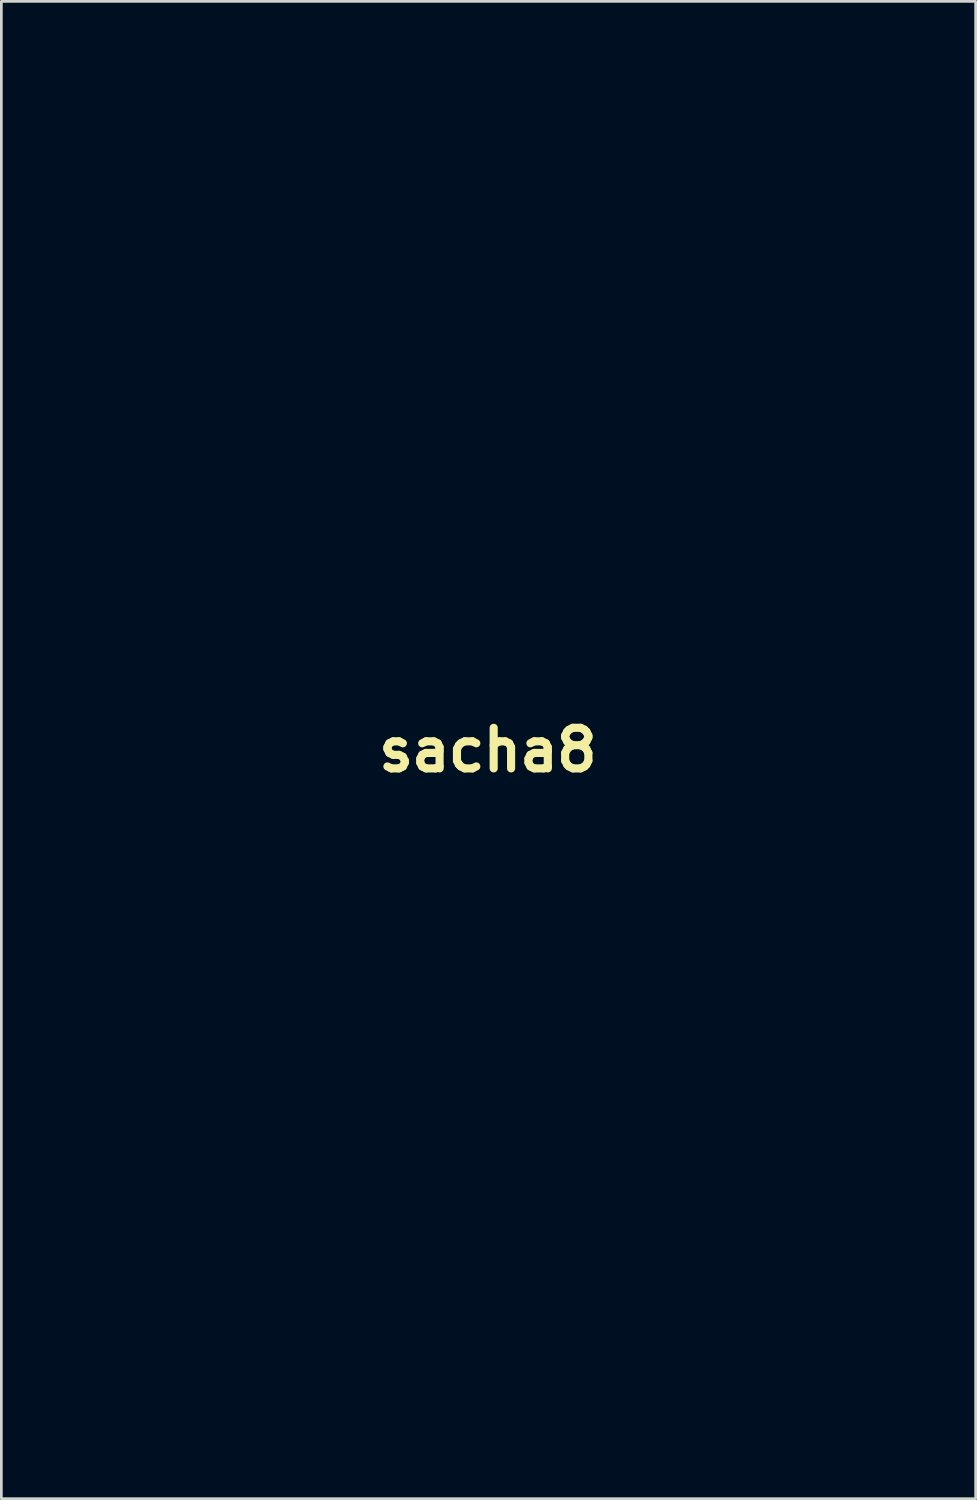
<source format=kicad_pcb>
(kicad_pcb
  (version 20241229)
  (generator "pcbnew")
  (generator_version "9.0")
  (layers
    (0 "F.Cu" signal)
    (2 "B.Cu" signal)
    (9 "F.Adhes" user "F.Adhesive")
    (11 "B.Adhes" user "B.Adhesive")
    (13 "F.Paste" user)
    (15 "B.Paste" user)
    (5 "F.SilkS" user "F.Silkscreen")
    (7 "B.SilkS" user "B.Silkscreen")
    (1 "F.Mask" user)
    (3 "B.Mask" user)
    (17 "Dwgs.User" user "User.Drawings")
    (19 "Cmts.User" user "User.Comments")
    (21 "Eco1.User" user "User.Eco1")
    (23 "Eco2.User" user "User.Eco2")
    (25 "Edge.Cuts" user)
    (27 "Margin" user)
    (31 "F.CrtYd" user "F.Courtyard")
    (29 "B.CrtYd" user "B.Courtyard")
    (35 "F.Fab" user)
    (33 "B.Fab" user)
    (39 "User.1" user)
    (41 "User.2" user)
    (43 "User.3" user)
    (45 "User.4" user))
  (footprint "sacha8"
    (layer "F.Cu")
    (at 14.987 24.678)
    (property "Reference" "sacha8" (at 0 0 0) (layer "F.SilkS") (effects (font (size 1.5 1.5) (thickness 0.3))))
    (attr board_only exclude_from_pos_files exclude_from_bom)
    (fp_poly (pts (xy -5.297 -8.487) (xy -5.357 -8.427) (xy -5.417 -8.487) (xy -5.357 -8.547)) (stroke (width 0) (type solid)) (fill yes) (layer "F.Mask"))
    (fp_poly (pts (xy -4.695 -6.922) (xy -4.755 -6.862) (xy -4.815 -6.922) (xy -4.755 -6.982)) (stroke (width 0) (type solid)) (fill yes) (layer "F.Mask"))
    (fp_poly (pts (xy -3.371 -4.875) (xy -3.431 -4.815) (xy -3.491 -4.875) (xy -3.431 -4.936)) (stroke (width 0) (type solid)) (fill yes) (layer "F.Mask"))
    (fp_poly (pts (xy -2.167 -7.885) (xy -2.227 -7.825) (xy -2.287 -7.885) (xy -2.227 -7.945)) (stroke (width 0) (type solid)) (fill yes) (layer "F.Mask"))
    (fp_poly (pts (xy -1.926 -7.163) (xy -1.986 -7.102) (xy -2.046 -7.163) (xy -1.986 -7.223)) (stroke (width 0) (type solid)) (fill yes) (layer "F.Mask"))
    (fp_poly (pts (xy -1.445 -15.108) (xy -1.505 -15.047) (xy -1.565 -15.108) (xy -1.505 -15.168)) (stroke (width 0) (type solid)) (fill yes) (layer "F.Mask"))
    (fp_poly (pts (xy -1.204 -8.005) (xy -1.264 -7.945) (xy -1.324 -8.005) (xy -1.264 -8.065)) (stroke (width 0) (type solid)) (fill yes) (layer "F.Mask"))
    (fp_poly (pts (xy -1.083 -7.644) (xy -1.144 -7.584) (xy -1.204 -7.644) (xy -1.144 -7.704)) (stroke (width 0) (type solid)) (fill yes) (layer "F.Mask"))
    (fp_poly (pts (xy -0.843 -16.673) (xy -0.903 -16.612) (xy -0.963 -16.673) (xy -0.903 -16.733)) (stroke (width 0) (type solid)) (fill yes) (layer "F.Mask"))
    (fp_poly (pts (xy -0.722 -16.432) (xy -0.782 -16.372) (xy -0.843 -16.432) (xy -0.782 -16.492)) (stroke (width 0) (type solid)) (fill yes) (layer "F.Mask"))
    (fp_poly (pts (xy -0.722 -11.617) (xy -0.782 -11.556) (xy -0.843 -11.617) (xy -0.782 -11.677)) (stroke (width 0) (type solid)) (fill yes) (layer "F.Mask"))
    (fp_poly (pts (xy -0.602 -8.366) (xy -0.662 -8.306) (xy -0.722 -8.366) (xy -0.662 -8.427)) (stroke (width 0) (type solid)) (fill yes) (layer "F.Mask"))
    (fp_poly (pts (xy -0.12 -17.997) (xy -0.181 -17.936) (xy -0.241 -17.997) (xy -0.181 -18.057)) (stroke (width 0) (type solid)) (fill yes) (layer "F.Mask"))
    (fp_poly (pts (xy 0 -16.071) (xy -0.06 -16.01) (xy -0.12 -16.071) (xy -0.06 -16.131)) (stroke (width 0) (type solid)) (fill yes) (layer "F.Mask"))
    (fp_poly (pts (xy 0.12 -17.395) (xy 0.06 -17.335) (xy 0 -17.395) (xy 0.06 -17.455)) (stroke (width 0) (type solid)) (fill yes) (layer "F.Mask"))
    (fp_poly (pts (xy 0.12 -9.57) (xy 0.06 -9.51) (xy 0 -9.57) (xy 0.06 -9.63)) (stroke (width 0) (type solid)) (fill yes) (layer "F.Mask"))
    (fp_poly (pts (xy 0.241 -17.034) (xy 0.181 -16.973) (xy 0.12 -17.034) (xy 0.181 -17.094)) (stroke (width 0) (type solid)) (fill yes) (layer "F.Mask"))
    (fp_poly (pts (xy 0.361 -16.673) (xy 0.301 -16.612) (xy 0.241 -16.673) (xy 0.301 -16.733)) (stroke (width 0) (type solid)) (fill yes) (layer "F.Mask"))
    (fp_poly (pts (xy 0.482 -16.432) (xy 0.421 -16.372) (xy 0.361 -16.432) (xy 0.421 -16.492)) (stroke (width 0) (type solid)) (fill yes) (layer "F.Mask"))
    (fp_poly (pts (xy 1.685 -18.237) (xy 1.625 -18.177) (xy 1.565 -18.237) (xy 1.625 -18.298)) (stroke (width 0) (type solid)) (fill yes) (layer "F.Mask"))
    (fp_poly (pts (xy 4.695 9.209) (xy 4.635 9.269) (xy 4.574 9.209) (xy 4.635 9.149)) (stroke (width 0) (type solid)) (fill yes) (layer "F.Mask"))
    (fp_poly (pts (xy 5.537 -18.237) (xy 5.477 -18.177) (xy 5.417 -18.237) (xy 5.477 -18.298)) (stroke (width 0) (type solid)) (fill yes) (layer "F.Mask"))
    (fp_poly (pts (xy 5.899 -17.876) (xy 5.838 -17.816) (xy 5.778 -17.876) (xy 5.838 -17.936)) (stroke (width 0) (type solid)) (fill yes) (layer "F.Mask"))
    (fp_poly (pts (xy 6.621 -16.552) (xy 6.561 -16.492) (xy 6.5 -16.552) (xy 6.561 -16.612)) (stroke (width 0) (type solid)) (fill yes) (layer "F.Mask"))
    (fp_poly (pts (xy 6.741 -15.709) (xy 6.681 -15.649) (xy 6.621 -15.709) (xy 6.681 -15.77)) (stroke (width 0) (type solid)) (fill yes) (layer "F.Mask"))
    (fp_poly (pts (xy 6.862 -15.95) (xy 6.801 -15.89) (xy 6.741 -15.95) (xy 6.801 -16.01)) (stroke (width 0) (type solid)) (fill yes) (layer "F.Mask"))
    (fp_poly (pts (xy 7.343 -12.941) (xy 7.283 -12.881) (xy 7.223 -12.941) (xy 7.283 -13.001)) (stroke (width 0) (type solid)) (fill yes) (layer "F.Mask"))
    (fp_poly (pts (xy 7.343 -12.58) (xy 7.283 -12.519) (xy 7.223 -12.58) (xy 7.283 -12.64)) (stroke (width 0) (type solid)) (fill yes) (layer "F.Mask"))
    (fp_poly (pts (xy 8.667 -17.274) (xy 8.607 -17.214) (xy 8.547 -17.274) (xy 8.607 -17.335)) (stroke (width 0) (type solid)) (fill yes) (layer "F.Mask"))
    (fp_poly (pts (xy 8.788 6.561) (xy 8.727 6.621) (xy 8.667 6.561) (xy 8.727 6.5)) (stroke (width 0) (type solid)) (fill yes) (layer "F.Mask"))
    (fp_poly (pts (xy 9.028 -17.515) (xy 8.968 -17.455) (xy 8.908 -17.515) (xy 8.968 -17.575)) (stroke (width 0) (type solid)) (fill yes) (layer "F.Mask"))
    (fp_poly (pts (xy 9.149 -16.432) (xy 9.089 -16.372) (xy 9.028 -16.432) (xy 9.089 -16.492)) (stroke (width 0) (type solid)) (fill yes) (layer "F.Mask"))
    (fp_poly (pts (xy 9.63 -8.246) (xy 9.57 -8.186) (xy 9.51 -8.246) (xy 9.57 -8.306)) (stroke (width 0) (type solid)) (fill yes) (layer "F.Mask"))
    (fp_poly (pts (xy 9.751 -17.395) (xy 9.691 -17.335) (xy 9.63 -17.395) (xy 9.691 -17.455)) (stroke (width 0) (type solid)) (fill yes) (layer "F.Mask"))
    (fp_poly (pts (xy 9.751 11.376) (xy 9.691 11.436) (xy 9.63 11.376) (xy 9.691 11.316)) (stroke (width 0) (type solid)) (fill yes) (layer "F.Mask"))
    (fp_poly (pts (xy 9.991 -7.524) (xy 9.931 -7.464) (xy 9.871 -7.524) (xy 9.931 -7.584)) (stroke (width 0) (type solid)) (fill yes) (layer "F.Mask"))
    (fp_poly (pts (xy 9.991 -0.903) (xy 9.931 -0.843) (xy 9.871 -0.903) (xy 9.931 -0.963)) (stroke (width 0) (type solid)) (fill yes) (layer "F.Mask"))
    (fp_poly (pts (xy 10.112 -6.801) (xy 10.052 -6.741) (xy 9.991 -6.801) (xy 10.052 -6.862)) (stroke (width 0) (type solid)) (fill yes) (layer "F.Mask"))
    (fp_poly (pts (xy 10.473 -16.311) (xy 10.413 -16.251) (xy 10.353 -16.311) (xy 10.413 -16.372)) (stroke (width 0) (type solid)) (fill yes) (layer "F.Mask"))
    (fp_poly (pts (xy 10.714 -17.515) (xy 10.654 -17.455) (xy 10.593 -17.515) (xy 10.654 -17.575)) (stroke (width 0) (type solid)) (fill yes) (layer "F.Mask"))
    (fp_poly (pts (xy 10.834 -16.191) (xy 10.774 -16.131) (xy 10.714 -16.191) (xy 10.774 -16.251)) (stroke (width 0) (type solid)) (fill yes) (layer "F.Mask"))
    (fp_poly (pts (xy 11.075 -17.154) (xy 11.015 -17.094) (xy 10.955 -17.154) (xy 11.015 -17.214)) (stroke (width 0) (type solid)) (fill yes) (layer "F.Mask"))
    (fp_poly (pts (xy 11.316 -17.034) (xy 11.255 -16.973) (xy 11.195 -17.034) (xy 11.255 -17.094)) (stroke (width 0) (type solid)) (fill yes) (layer "F.Mask"))
    (fp_poly (pts (xy 11.797 -5.718) (xy 11.737 -5.658) (xy 11.677 -5.718) (xy 11.737 -5.778)) (stroke (width 0) (type solid)) (fill yes) (layer "F.Mask"))
    (fp_poly (pts (xy 12.158 -17.154) (xy 12.098 -17.094) (xy 12.038 -17.154) (xy 12.098 -17.214)) (stroke (width 0) (type solid)) (fill yes) (layer "F.Mask"))
    (fp_poly (pts (xy 12.881 4.153) (xy 12.82 4.213) (xy 12.76 4.153) (xy 12.82 4.093)) (stroke (width 0) (type solid)) (fill yes) (layer "F.Mask"))
    (fp_poly (pts (xy 13.242 9.811) (xy 13.182 9.871) (xy 13.121 9.811) (xy 13.182 9.751)) (stroke (width 0) (type solid)) (fill yes) (layer "F.Mask"))
    (fp_poly (pts (xy 13.482 9.931) (xy 13.422 9.991) (xy 13.362 9.931) (xy 13.422 9.871)) (stroke (width 0) (type solid)) (fill yes) (layer "F.Mask"))
    (fp_poly (pts (xy 13.723 10.052) (xy 13.663 10.112) (xy 13.603 10.052) (xy 13.663 9.991)) (stroke (width 0) (type solid)) (fill yes) (layer "F.Mask"))
    (fp_poly (pts (xy -3.892 -13.202) (xy -3.909 -13.13) (xy -3.973 -13.121) (xy -4.072 -13.165) (xy -4.053 -13.202) (xy -3.91 -13.216)) (stroke (width 0) (type solid)) (fill yes) (layer "F.Mask"))
    (fp_poly (pts (xy -3.822 -6.46) (xy -3.807 -6.416) (xy -3.973 -6.399) (xy -4.143 -6.418) (xy -4.123 -6.46) (xy -3.877 -6.476)) (stroke (width 0) (type solid)) (fill yes) (layer "F.Mask"))
    (fp_poly (pts (xy -0.522 -8.988) (xy -0.538 -8.917) (xy -0.602 -8.908) (xy -0.701 -8.952) (xy -0.682 -8.988) (xy -0.539 -9.003)) (stroke (width 0) (type solid)) (fill yes) (layer "F.Mask"))
    (fp_poly (pts (xy -0.399 -12.06) (xy -0.385 -11.872) (xy -0.409 -11.83) (xy -0.464 -11.866) (xy -0.472 -11.988) (xy -0.443 -12.116)) (stroke (width 0) (type solid)) (fill yes) (layer "F.Mask"))
    (fp_poly (pts (xy 0.803 -17.656) (xy 0.817 -17.513) (xy 0.803 -17.495) (xy 0.731 -17.512) (xy 0.722 -17.575) (xy 0.766 -17.674)) (stroke (width 0) (type solid)) (fill yes) (layer "F.Mask"))
    (fp_poly (pts (xy 1.525 -14.285) (xy 1.539 -14.142) (xy 1.525 -14.124) (xy 1.453 -14.141) (xy 1.445 -14.205) (xy 1.489 -14.304)) (stroke (width 0) (type solid)) (fill yes) (layer "F.Mask"))
    (fp_poly (pts (xy 1.645 -15.8) (xy 1.661 -15.553) (xy 1.645 -15.499) (xy 1.601 -15.484) (xy 1.584 -15.649) (xy 1.603 -15.82)) (stroke (width 0) (type solid)) (fill yes) (layer "F.Mask"))
    (fp_poly (pts (xy 1.768 -14.107) (xy 1.782 -13.919) (xy 1.758 -13.876) (xy 1.703 -13.912) (xy 1.695 -14.034) (xy 1.724 -14.163)) (stroke (width 0) (type solid)) (fill yes) (layer "F.Mask"))
    (fp_poly (pts (xy 5.136 -14.767) (xy 5.151 -14.624) (xy 5.136 -14.606) (xy 5.065 -14.623) (xy 5.056 -14.686) (xy 5.1 -14.785)) (stroke (width 0) (type solid)) (fill yes) (layer "F.Mask"))
    (fp_poly (pts (xy 5.377 -12.479) (xy 5.391 -12.336) (xy 5.377 -12.319) (xy 5.305 -12.335) (xy 5.297 -12.399) (xy 5.341 -12.498)) (stroke (width 0) (type solid)) (fill yes) (layer "F.Mask"))
    (fp_poly (pts (xy 6.22 -16.572) (xy 6.234 -16.429) (xy 6.22 -16.412) (xy 6.148 -16.428) (xy 6.139 -16.492) (xy 6.183 -16.591)) (stroke (width 0) (type solid)) (fill yes) (layer "F.Mask"))
    (fp_poly (pts (xy 7.423 8.226) (xy 7.407 8.297) (xy 7.343 8.306) (xy 7.244 8.262) (xy 7.263 8.226) (xy 7.406 8.212)) (stroke (width 0) (type solid)) (fill yes) (layer "F.Mask"))
    (fp_poly (pts (xy 7.905 -18.739) (xy 7.888 -18.667) (xy 7.825 -18.659) (xy 7.726 -18.703) (xy 7.744 -18.739) (xy 7.887 -18.753)) (stroke (width 0) (type solid)) (fill yes) (layer "F.Mask"))
    (fp_poly (pts (xy 8.627 -8.988) (xy 8.611 -8.917) (xy 8.547 -8.908) (xy 8.448 -8.952) (xy 8.467 -8.988) (xy 8.61 -9.003)) (stroke (width 0) (type solid)) (fill yes) (layer "F.Mask"))
    (fp_poly (pts (xy 8.748 -16.452) (xy 8.762 -16.309) (xy 8.748 -16.291) (xy 8.676 -16.308) (xy 8.667 -16.372) (xy 8.711 -16.471)) (stroke (width 0) (type solid)) (fill yes) (layer "F.Mask"))
    (fp_poly (pts (xy 8.868 -8.748) (xy 8.851 -8.676) (xy 8.788 -8.667) (xy 8.689 -8.711) (xy 8.707 -8.748) (xy 8.85 -8.762)) (stroke (width 0) (type solid)) (fill yes) (layer "F.Mask"))
    (fp_poly (pts (xy 9.47 -16.452) (xy 9.453 -16.38) (xy 9.39 -16.372) (xy 9.29 -16.416) (xy 9.309 -16.452) (xy 9.452 -16.466)) (stroke (width 0) (type solid)) (fill yes) (layer "F.Mask"))
    (fp_poly (pts (xy 9.477 -8.499) (xy 9.441 -8.445) (xy 9.319 -8.436) (xy 9.191 -8.465) (xy 9.247 -8.509) (xy 9.435 -8.523)) (stroke (width 0) (type solid)) (fill yes) (layer "F.Mask"))
    (fp_poly (pts (xy 11.163 -7.295) (xy 11.127 -7.241) (xy 11.005 -7.232) (xy 10.876 -7.262) (xy 10.932 -7.305) (xy 11.12 -7.319)) (stroke (width 0) (type solid)) (fill yes) (layer "F.Mask"))
    (fp_poly (pts (xy 11.998 -6.942) (xy 11.981 -6.87) (xy 11.918 -6.862) (xy 11.818 -6.906) (xy 11.837 -6.942) (xy 11.98 -6.956)) (stroke (width 0) (type solid)) (fill yes) (layer "F.Mask"))
    (fp_poly (pts (xy 12.239 10.995) (xy 12.222 11.066) (xy 12.158 11.075) (xy 12.059 11.031) (xy 12.078 10.995) (xy 12.221 10.98)) (stroke (width 0) (type solid)) (fill yes) (layer "F.Mask"))
    (fp_poly (pts (xy 14.044 6.902) (xy 14.028 6.973) (xy 13.964 6.982) (xy 13.865 6.938) (xy 13.884 6.902) (xy 14.027 6.887)) (stroke (width 0) (type solid)) (fill yes) (layer "F.Mask"))
    (fp_poly (pts (xy -3.668 -4.792) (xy -3.705 -4.702) (xy -3.817 -4.642) (xy -3.957 -4.606) (xy -3.9 -4.694) (xy -3.884 -4.71) (xy -3.726 -4.805)) (stroke (width 0) (type solid)) (fill yes) (layer "F.Mask"))
    (fp_poly (pts (xy -0.861 -17.286) (xy -0.733 -17.174) (xy -0.722 -17.147) (xy -0.779 -17.097) (xy -0.898 -17.208) (xy -0.914 -17.233) (xy -0.929 -17.315)) (stroke (width 0) (type solid)) (fill yes) (layer "F.Mask"))
    (fp_poly (pts (xy 6.843 -16.323) (xy 6.972 -16.202) (xy 6.946 -16.132) (xy 6.929 -16.131) (xy 6.827 -16.216) (xy 6.79 -16.27) (xy 6.776 -16.352)) (stroke (width 0) (type solid)) (fill yes) (layer "F.Mask"))
    (fp_poly (pts (xy 8.012 -18.338) (xy 7.991 -18.244) (xy 7.894 -18.074) (xy 7.831 -18.103) (xy 7.825 -18.17) (xy 7.912 -18.333) (xy 7.944 -18.357)) (stroke (width 0) (type solid)) (fill yes) (layer "F.Mask"))
    (fp_poly (pts (xy 8.49 -16.228) (xy 8.454 -16.138) (xy 8.341 -16.078) (xy 8.201 -16.042) (xy 8.259 -16.13) (xy 8.274 -16.146) (xy 8.432 -16.241)) (stroke (width 0) (type solid)) (fill yes) (layer "F.Mask"))
    (fp_poly (pts (xy 11.658 -15.601) (xy 11.787 -15.479) (xy 11.761 -15.41) (xy 11.744 -15.409) (xy 11.642 -15.494) (xy 11.605 -15.548) (xy 11.591 -15.63)) (stroke (width 0) (type solid)) (fill yes) (layer "F.Mask"))
    (fp_poly (pts (xy 12.453 -6.908) (xy 12.622 -6.81) (xy 12.594 -6.748) (xy 12.527 -6.741) (xy 12.363 -6.829) (xy 12.34 -6.86) (xy 12.359 -6.929)) (stroke (width 0) (type solid)) (fill yes) (layer "F.Mask"))
    (fp_poly (pts (xy 12.862 11.003) (xy 12.991 11.124) (xy 12.965 11.194) (xy 12.948 11.195) (xy 12.846 11.11) (xy 12.809 11.056) (xy 12.795 10.974)) (stroke (width 0) (type solid)) (fill yes) (layer "F.Mask"))
    (fp_poly (pts (xy -10.15 2.35) (xy -10.217 2.438) (xy -10.393 2.625) (xy -10.471 2.624) (xy -10.473 2.603) (xy -10.391 2.502) (xy -10.262 2.392) (xy -10.12 2.288)) (stroke (width 0) (type solid)) (fill yes) (layer "F.Mask"))
    (fp_poly (pts (xy -1.381 -16.695) (xy -1.294 -16.628) (xy -1.127 -16.479) (xy -1.083 -16.417) (xy -1.142 -16.381) (xy -1.302 -16.536) (xy -1.34 -16.582) (xy -1.444 -16.725)) (stroke (width 0) (type solid)) (fill yes) (layer "F.Mask"))
    (fp_poly (pts (xy -0.03 -14.809) (xy 0.271 -14.589) (xy 0.363 -14.468) (xy 0.308 -14.445) (xy 0.194 -14.519) (xy -0.022 -14.702) (xy -0.084 -14.757) (xy -0.421 -15.069)) (stroke (width 0) (type solid)) (fill yes) (layer "F.Mask"))
    (fp_poly (pts (xy 5.259 -16.341) (xy 5.278 -16.036) (xy 5.259 -15.92) (xy 5.224 -15.883) (xy 5.205 -16.049) (xy 5.204 -16.131) (xy 5.217 -16.35) (xy 5.248 -16.376)) (stroke (width 0) (type solid)) (fill yes) (layer "F.Mask"))
    (fp_poly (pts (xy 8.048 -15.948) (xy 7.992 -15.867) (xy 7.827 -15.771) (xy 7.657 -15.703) (xy 7.643 -15.783) (xy 7.652 -15.807) (xy 7.812 -15.956) (xy 7.89 -15.97)) (stroke (width 0) (type solid)) (fill yes) (layer "F.Mask"))
    (fp_poly (pts (xy 8.5 -18.463) (xy 8.366 -18.298) (xy 8.185 -18.12) (xy 8.088 -18.057) (xy 8.113 -18.132) (xy 8.246 -18.298) (xy 8.427 -18.476) (xy 8.524 -18.538)) (stroke (width 0) (type solid)) (fill yes) (layer "F.Mask"))
    (fp_poly (pts (xy 8.509 -18.942) (xy 8.487 -18.9) (xy 8.373 -18.785) (xy 8.352 -18.779) (xy 8.344 -18.857) (xy 8.366 -18.9) (xy 8.48 -19.014) (xy 8.501 -19.02)) (stroke (width 0) (type solid)) (fill yes) (layer "F.Mask"))
    (fp_poly (pts (xy 10.347 -21.811) (xy 10.353 -21.728) (xy 10.29 -21.568) (xy 10.236 -21.548) (xy 10.17 -21.636) (xy 10.189 -21.728) (xy 10.274 -21.887) (xy 10.305 -21.909)) (stroke (width 0) (type solid)) (fill yes) (layer "F.Mask"))
    (fp_poly (pts (xy 11.037 -22.433) (xy 11.015 -22.391) (xy 10.901 -22.276) (xy 10.88 -22.27) (xy 10.872 -22.348) (xy 10.894 -22.391) (xy 11.008 -22.505) (xy 11.029 -22.511)) (stroke (width 0) (type solid)) (fill yes) (layer "F.Mask"))
    (fp_poly (pts (xy 11.649 -22.93) (xy 11.572 -22.832) (xy 11.392 -22.674) (xy 11.241 -22.628) (xy 11.195 -22.687) (xy 11.288 -22.779) (xy 11.466 -22.888) (xy 11.649 -22.976)) (stroke (width 0) (type solid)) (fill yes) (layer "F.Mask"))
    (fp_poly (pts (xy 11.98 -23.386) (xy 11.961 -23.293) (xy 11.876 -23.135) (xy 11.844 -23.113) (xy 11.802 -23.211) (xy 11.797 -23.293) (xy 11.86 -23.454) (xy 11.914 -23.474)) (stroke (width 0) (type solid)) (fill yes) (layer "F.Mask"))
    (fp_poly (pts (xy 14.191 7.262) (xy 14.182 7.424) (xy 14.139 7.576) (xy 14.084 7.506) (xy 14.048 7.416) (xy 14.001 7.203) (xy 14.021 7.125) (xy 14.132 7.111)) (stroke (width 0) (type solid)) (fill yes) (layer "F.Mask"))
    (fp_poly (pts (xy -0.572 -15.897) (xy -0.278 -15.619) (xy -0.141 -15.467) (xy -0.136 -15.411) (xy -0.157 -15.409) (xy -0.252 -15.489) (xy -0.454 -15.695) (xy -0.608 -15.86) (xy -1.023 -16.311)) (stroke (width 0) (type solid)) (fill yes) (layer "F.Mask"))
    (fp_poly (pts (xy 2.054 -14.75) (xy 2.114 -14.347) (xy 2.118 -14.147) (xy 2.063 -14.118) (xy 2.006 -14.165) (xy 1.961 -14.324) (xy 1.94 -14.633) (xy 1.94 -14.797) (xy 1.954 -15.348)) (stroke (width 0) (type solid)) (fill yes) (layer "F.Mask"))
    (fp_poly (pts (xy -2.648 -14.398) (xy -2.723 -14.279) (xy -2.838 -14.153) (xy -3.027 -14.011) (xy -3.176 -13.966) (xy -3.215 -14.032) (xy -3.19 -14.084) (xy -3.062 -14.209) (xy -2.868 -14.335) (xy -2.701 -14.41)) (stroke (width 0) (type solid)) (fill yes) (layer "F.Mask"))
    (fp_poly (pts (xy -0.963 -12.7) (xy -0.87 -12.534) (xy -0.843 -12.332) (xy -0.885 -12.109) (xy -0.963 -12.038) (xy -1.047 -12.143) (xy -1.083 -12.396) (xy -1.083 -12.406) (xy -1.051 -12.647) (xy -0.967 -12.702)) (stroke (width 0) (type solid)) (fill yes) (layer "F.Mask"))
    (fp_poly (pts (xy -1.749 -14.84) (xy -1.873 -14.632) (xy -1.877 -14.626) (xy -2.057 -14.411) (xy -2.202 -14.325) (xy -2.216 -14.399) (xy -2.087 -14.581) (xy -2.046 -14.626) (xy -1.846 -14.828) (xy -1.728 -14.925) (xy -1.722 -14.927)) (stroke (width 0) (type solid)) (fill yes) (layer "F.Mask"))
    (fp_poly (pts (xy 12.764 5.811) (xy 13.14 5.932) (xy 13.439 6.086) (xy 13.573 6.23) (xy 13.536 6.351) (xy 13.353 6.357) (xy 13.121 6.261) (xy 12.391 5.968) (xy 12.038 5.905) (xy 11.978 5.858) (xy 12.131 5.774) (xy 12.399 5.749)) (stroke (width 0) (type solid)) (fill yes) (layer "F.Mask"))
    (fp_poly (pts (xy -4.117 -6.22) (xy -3.917 -6.14) (xy -3.901 -6.12) (xy -3.905 -6.029) (xy -4.068 -6.047) (xy -4.292 -6.046) (xy -4.379 -5.976) (xy -4.431 -5.906) (xy -4.445 -5.98) (xy -4.553 -6.127) (xy -4.665 -6.177) (xy -4.699 -6.214) (xy -4.53 -6.241) (xy -4.431 -6.246)) (stroke (width 0) (type solid)) (fill yes) (layer "F.Mask"))
    (fp_poly (pts (xy -2.466 -7.734) (xy -2.465 -7.601) (xy -2.415 -7.584) (xy -2.271 -7.548) (xy -2.303 -7.472) (xy -2.464 -7.397) (xy -2.651 -7.369) (xy -2.89 -7.395) (xy -2.941 -7.477) (xy -2.939 -7.48) (xy -2.827 -7.549) (xy -2.799 -7.534) (xy -2.683 -7.56) (xy -2.561 -7.676) (xy -2.459 -7.781)) (stroke (width 0) (type solid)) (fill yes) (layer "F.Mask"))
    (fp_poly (pts (xy 7.424 -18.498) (xy 7.397 -18.375) (xy 7.285 -18.092) (xy 7.11 -17.7) (xy 7.044 -17.562) (xy 6.857 -17.18) (xy 6.724 -16.925) (xy 6.665 -16.835) (xy 6.667 -16.853) (xy 6.752 -17.098) (xy 6.892 -17.438) (xy 7.057 -17.81) (xy 7.22 -18.153) (xy 7.351 -18.403) (xy 7.422 -18.499)) (stroke (width 0) (type solid)) (fill yes) (layer "F.Mask"))
    (fp_poly (pts (xy 8.001 -17.864) (xy 7.868 -17.637) (xy 7.833 -17.587) (xy 7.667 -17.335) (xy 7.586 -17.172) (xy 7.584 -17.16) (xy 7.515 -17.012) (xy 7.459 -16.938) (xy 7.29 -16.721) (xy 7.177 -16.564) (xy 7.029 -16.42) (xy 6.93 -16.479) (xy 6.928 -16.552) (xy 6.982 -16.552) (xy 7.042 -16.492) (xy 7.102 -16.552) (xy 7.042 -16.612) (xy 6.982 -16.552) (xy 6.928 -16.552) (xy 6.924 -16.687) (xy 7.102 -17.008) (xy 7.471 -17.453) (xy 7.555 -17.545) (xy 7.829 -17.815) (xy 7.983 -17.922)) (stroke (width 0) (type solid)) (fill yes) (layer "F.Mask"))
    (fp_poly (pts (xy -1.118 -13.177) (xy -1.15 -13.031) (xy -1.292 -12.492) (xy -1.253 -11.987) (xy -1.085 -11.645) (xy -0.79 -11.378) (xy -0.497 -11.348) (xy -0.182 -11.554) (xy -0.124 -11.612) (xy 0.084 -11.941) (xy 0.161 -12.384) (xy 0.163 -12.455) (xy 0.205 -12.836) (xy 0.324 -12.991) (xy 0.529 -12.926) (xy 0.734 -12.749) (xy 0.913 -12.478) (xy 0.949 -12.119) (xy 0.942 -12.035) (xy 0.929 -11.747) (xy 0.975 -11.659) (xy 1.051 -11.7) (xy 1.182 -11.766) (xy 1.181 -11.647) (xy 1.086 -11.441) (xy 0.849 -11.222) (xy 0.449 -11.062) (xy -0.043 -10.97) (xy -0.555 -10.958) (xy -1.014 -11.035) (xy -1.192 -11.107) (xy -1.574 -11.404) (xy -1.832 -11.804) (xy -1.951 -12.245) (xy -1.915 -12.664) (xy -1.709 -13.002) (xy -1.676 -13.031) (xy -1.42 -13.189) (xy -1.238 -13.242)) (stroke (width 0) (type solid)) (fill yes) (layer "F.Mask"))
    (fp_poly (pts (xy -2.169 -14.157) (xy -2.165 -14.079) (xy -2.167 -14.017) (xy -2.229 -13.894) (xy -2.317 -13.92) (xy -2.378 -13.923) (xy -2.292 -13.793) (xy -2.183 -13.61) (xy -2.264 -13.472) (xy -2.345 -13.409) (xy -2.587 -13.276) (xy -2.724 -13.242) (xy -2.921 -13.152) (xy -2.961 -13.103) (xy -2.975 -13.02) (xy -2.908 -13.05) (xy -2.783 -13.067) (xy -2.769 -13.028) (xy -2.873 -12.952) (xy -3.125 -12.921) (xy -3.368 -12.956) (xy -3.405 -13.051) (xy -3.423 -13.081) (xy -3.57 -12.971) (xy -3.807 -12.794) (xy -3.95 -12.786) (xy -4.033 -12.881) (xy -4.005 -12.984) (xy -3.919 -13.001) (xy -3.746 -13.065) (xy -3.717 -13.121) (xy -3.689 -13.354) (xy -3.687 -13.379) (xy -3.581 -13.543) (xy -2.648 -13.543) (xy -2.588 -13.482) (xy -2.528 -13.543) (xy -2.588 -13.603) (xy -2.648 -13.543) (xy -3.581 -13.543) (xy -3.578 -13.547) (xy -3.491 -13.605) (xy -2.934 -13.878) (xy -2.559 -14.059) (xy -2.331 -14.158) (xy -2.212 -14.187)) (stroke (width 0) (type solid)) (fill yes) (layer "F.Mask"))
    (fp_poly (pts (xy 8.377 -17.089) (xy 8.386 -17.033) (xy 8.342 -16.91) (xy 8.304 -16.914) (xy 8.2 -16.857) (xy 8.063 -16.647) (xy 8.059 -16.638) (xy 7.866 -16.308) (xy 7.695 -16.071) (xy 7.542 -15.812) (xy 7.499 -15.63) (xy 7.548 -15.496) (xy 7.725 -15.515) (xy 7.785 -15.537) (xy 7.994 -15.586) (xy 8.065 -15.552) (xy 7.965 -15.452) (xy 7.722 -15.332) (xy 7.703 -15.325) (xy 7.46 -15.253) (xy 7.411 -15.297) (xy 7.422 -15.319) (xy 7.416 -15.398) (xy 7.296 -15.37) (xy 7.156 -15.349) (xy 7.181 -15.438) (xy 7.27 -15.685) (xy 7.287 -15.796) (xy 7.263 -15.935) (xy 7.142 -15.873) (xy 7.001 -15.784) (xy 6.993 -15.844) (xy 7.102 -16.016) (xy 7.303 -16.251) (xy 7.464 -16.251) (xy 7.508 -16.152) (xy 7.544 -16.171) (xy 7.558 -16.314) (xy 7.544 -16.331) (xy 7.472 -16.315) (xy 7.464 -16.251) (xy 7.303 -16.251) (xy 7.306 -16.255) (xy 7.538 -16.456) (xy 7.716 -16.534) (xy 7.746 -16.526) (xy 7.805 -16.533) (xy 7.782 -16.585) (xy 7.815 -16.732) (xy 8.001 -16.926) (xy 8.044 -16.958) (xy 8.279 -17.102)) (stroke (width 0) (type solid)) (fill yes) (layer "F.Mask"))
    (fp_poly (pts (xy 8.756 -13.373) (xy 8.971 -13.11) (xy 9.01 -13.039) (xy 9.156 -12.54) (xy 9.075 -12.065) (xy 8.78 -11.647) (xy 8.285 -11.317) (xy 8.26 -11.305) (xy 7.832 -11.141) (xy 7.474 -11.1) (xy 7.083 -11.182) (xy 6.741 -11.311) (xy 6.418 -11.454) (xy 6.262 -11.591) (xy 6.221 -11.797) (xy 6.26 -11.797) (xy 6.304 -11.698) (xy 6.34 -11.717) (xy 6.354 -11.86) (xy 6.34 -11.877) (xy 6.268 -11.861) (xy 6.26 -11.797) (xy 6.221 -11.797) (xy 6.219 -11.805) (xy 6.229 -12.094) (xy 6.304 -12.636) (xy 6.453 -12.985) (xy 6.668 -13.12) (xy 6.692 -13.121) (xy 6.814 -13.062) (xy 6.801 -13.001) (xy 6.83 -12.899) (xy 6.924 -12.881) (xy 7.06 -12.818) (xy 7.089 -12.595) (xy 7.081 -12.499) (xy 7.096 -12.202) (xy 7.193 -12.068) (xy 7.322 -12.118) (xy 7.343 -12.208) (xy 7.412 -12.375) (xy 7.477 -12.399) (xy 7.559 -12.292) (xy 7.564 -12.001) (xy 7.561 -11.978) (xy 7.548 -11.693) (xy 7.622 -11.576) (xy 7.76 -11.556) (xy 7.99 -11.652) (xy 8.219 -11.874) (xy 8.354 -12.126) (xy 8.362 -12.178) (xy 8.439 -12.33) (xy 8.457 -12.349) (xy 8.534 -12.536) (xy 8.547 -12.66) (xy 8.506 -12.845) (xy 8.457 -12.881) (xy 8.383 -12.984) (xy 8.349 -13.182) (xy 8.397 -13.419) (xy 8.549 -13.48)) (stroke (width 0) (type solid)) (fill yes) (layer "F.Mask"))
    (fp_poly (pts (xy 14.086 -24.189) (xy 14.152 -23.744) (xy 14.159 -23.166) (xy 14.137 -22.835) (xy 14.077 -22.351) (xy 13.973 -21.692) (xy 13.837 -20.916) (xy 13.679 -20.083) (xy 13.512 -19.251) (xy 13.345 -18.479) (xy 13.203 -17.876) (xy 13.033 -17.129) (xy 12.892 -16.386) (xy 12.785 -15.689) (xy 12.719 -15.084) (xy 12.699 -14.614) (xy 12.73 -14.324) (xy 12.744 -14.29) (xy 12.909 -13.911) (xy 13.054 -13.421) (xy 13.187 -12.79) (xy 13.314 -11.99) (xy 13.439 -10.989) (xy 13.489 -10.533) (xy 13.581 -9.668) (xy 13.645 -8.998) (xy 13.682 -8.478) (xy 13.691 -8.064) (xy 13.673 -7.71) (xy 13.626 -7.372) (xy 13.552 -7.007) (xy 13.475 -6.676) (xy 13.2 -5.52) (xy 13.508 -4.897) (xy 13.723 -4.388) (xy 13.912 -3.805) (xy 14.06 -3.216) (xy 14.15 -2.688) (xy 14.167 -2.29) (xy 14.153 -2.194) (xy 14.063 -1.75) (xy 13.984 -1.182) (xy 13.925 -0.618) (xy 13.871 -0.281) (xy 13.798 -0.054) (xy 13.768 -0.016) (xy 13.716 0.035) (xy 13.676 0.126) (xy 13.646 0.296) (xy 13.62 0.585) (xy 13.593 1.031) (xy 13.561 1.674) (xy 13.557 1.76) (xy 13.525 2.328) (xy 13.483 2.713) (xy 13.418 2.971) (xy 13.317 3.161) (xy 13.19 3.313) (xy 12.986 3.576) (xy 12.884 3.796) (xy 12.881 3.824) (xy 12.798 3.948) (xy 12.63 3.935) (xy 12.45 3.924) (xy 12.447 4.044) (xy 12.42 4.252) (xy 12.288 4.445) (xy 12.146 4.663) (xy 12.175 4.784) (xy 12.166 4.861) (xy 11.943 4.877) (xy 11.931 4.876) (xy 11.644 4.91) (xy 11.516 5.077) (xy 11.514 5.085) (xy 11.512 5.252) (xy 11.625 5.25) (xy 11.752 5.27) (xy 11.796 5.487) (xy 11.797 5.541) (xy 11.764 5.798) (xy 11.623 5.891) (xy 11.503 5.899) (xy 11.248 5.853) (xy 11.133 5.775) (xy 10.963 5.683) (xy 10.871 5.685) (xy 10.752 5.684) (xy 10.649 5.604) (xy 10.528 5.398) (xy 10.511 5.36) (xy 10.906 5.36) (xy 11.018 5.491) (xy 11.194 5.571) (xy 11.302 5.563) (xy 11.394 5.486) (xy 11.283 5.363) (xy 11.255 5.341) (xy 11.043 5.241) (xy 10.938 5.247) (xy 10.906 5.36) (xy 10.511 5.36) (xy 10.356 5.022) (xy 10.318 4.936) (xy 10.135 4.514) (xy 10.167 4.936) (xy 10.152 5.271) (xy 10.074 5.517) (xy 10.065 5.53) (xy 9.997 5.653) (xy 10.116 5.634) (xy 10.122 5.632) (xy 10.284 5.644) (xy 10.312 5.739) (xy 10.255 5.854) (xy 10.046 5.864) (xy 9.913 5.843) (xy 9.648 5.811) (xy 9.565 5.865) (xy 9.585 5.954) (xy 9.569 6.111) (xy 9.457 6.139) (xy 9.278 6.035) (xy 9.103 5.768) (xy 9.081 5.718) (xy 8.942 5.42) (xy 8.856 5.305) (xy 8.841 5.386) (xy 8.875 5.543) (xy 8.884 5.729) (xy 8.833 5.769) (xy 8.563 5.779) (xy 8.477 5.942) (xy 8.482 5.989) (xy 8.474 6.236) (xy 8.444 6.32) (xy 8.353 6.594) (xy 8.414 6.791) (xy 8.437 6.808) (xy 8.538 6.963) (xy 8.52 7.143) (xy 8.404 7.223) (xy 8.219 7.299) (xy 8.006 7.463) (xy 7.7 7.654) (xy 7.426 7.73) (xy 7.189 7.78) (xy 7.102 7.852) (xy 7.001 7.95) (xy 6.747 8.086) (xy 6.621 8.14) (xy 6.326 8.281) (xy 6.156 8.409) (xy 6.139 8.445) (xy 6.048 8.53) (xy 5.989 8.527) (xy 5.774 8.557) (xy 5.576 8.642) (xy 5.301 8.728) (xy 5.125 8.714) (xy 4.965 8.716) (xy 4.936 8.778) (xy 4.838 8.918) (xy 4.617 9.035) (xy 4.376 9.09) (xy 4.223 9.044) (xy 4.221 9.041) (xy 4.084 9.018) (xy 3.87 9.135) (xy 3.759 9.227) (xy 3.739 9.286) (xy 3.844 9.317) (xy 4.107 9.325) (xy 4.559 9.318) (xy 4.895 9.308) (xy 5.444 9.288) (xy 5.909 9.261) (xy 6.236 9.233) (xy 6.356 9.211) (xy 6.459 9.214) (xy 6.447 9.258) (xy 6.497 9.36) (xy 6.682 9.439) (xy 6.907 9.547) (xy 6.982 9.665) (xy 7.078 9.876) (xy 7.343 10.173) (xy 7.739 10.516) (xy 7.866 10.613) (xy 8.079 10.801) (xy 8.16 10.995) (xy 8.143 11.3) (xy 8.13 11.386) (xy 8.095 11.711) (xy 8.13 11.863) (xy 8.252 11.903) (xy 8.27 11.903) (xy 8.532 11.918) (xy 8.89 11.955) (xy 8.94 11.962) (xy 9.215 11.98) (xy 9.344 11.954) (xy 9.344 11.939) (xy 9.369 11.857) (xy 9.63 11.857) (xy 9.691 11.918) (xy 9.751 11.857) (xy 9.691 11.797) (xy 9.63 11.857) (xy 9.369 11.857) (xy 9.381 11.819) (xy 9.514 11.653) (xy 9.658 11.534) (xy 9.718 11.526) (xy 9.899 11.536) (xy 10.186 11.332) (xy 10.203 11.317) (xy 10.422 11.172) (xy 10.538 11.202) (xy 10.675 11.254) (xy 10.785 11.186) (xy 10.994 11.115) (xy 11.327 11.094) (xy 11.701 11.117) (xy 12.03 11.177) (xy 12.231 11.267) (xy 12.254 11.3) (xy 12.37 11.429) (xy 12.405 11.436) (xy 12.461 11.347) (xy 12.438 11.244) (xy 12.411 11.118) (xy 12.516 11.148) (xy 12.613 11.206) (xy 12.84 11.301) (xy 13.029 11.221) (xy 13.051 11.203) (xy 13.209 11.119) (xy 13.242 11.181) (xy 13.34 11.298) (xy 13.437 11.316) (xy 13.565 11.289) (xy 13.511 11.17) (xy 13.467 11.115) (xy 13.369 10.982) (xy 13.439 10.991) (xy 13.57 11.058) (xy 13.758 11.141) (xy 13.79 11.084) (xy 13.767 11.016) (xy 13.764 10.886) (xy 13.885 10.904) (xy 14.05 10.883) (xy 14.155 10.653) (xy 14.24 10.448) (xy 14.328 10.477) (xy 14.462 10.583) (xy 14.576 10.482) (xy 14.65 10.207) (xy 14.666 9.937) (xy 14.636 9.539) (xy 14.556 9.027) (xy 14.455 8.554) (xy 14.365 8.143) (xy 14.32 7.842) (xy 14.33 7.707) (xy 14.336 7.704) (xy 14.425 7.807) (xy 14.565 8.075) (xy 14.704 8.396) (xy 14.801 8.662) (xy 14.874 8.929) (xy 14.927 9.239) (xy 14.964 9.636) (xy 14.991 10.16) (xy 15.011 10.854) (xy 15.023 11.436) (xy 15.032 12.392) (xy 15.021 13.224) (xy 14.993 13.897) (xy 14.948 14.374) (xy 14.93 14.476) (xy 14.876 14.829) (xy 14.811 15.366) (xy 14.741 16.03) (xy 14.673 16.764) (xy 14.629 17.305) (xy 14.514 18.616) (xy 14.385 19.704) (xy 14.238 20.586) (xy 14.067 21.28) (xy 13.868 21.804) (xy 13.635 22.175) (xy 13.364 22.411) (xy 13.128 22.511) (xy 12.769 22.682) (xy 12.486 23.009) (xy 12.424 23.113) (xy 12.183 23.441) (xy 11.825 23.819) (xy 11.461 24.138) (xy 11.089 24.42) (xy 10.809 24.581) (xy 10.53 24.656) (xy 10.159 24.677) (xy 9.971 24.678) (xy 9.558 24.672) (xy 9.273 24.63) (xy 9.036 24.52) (xy 8.764 24.305) (xy 8.492 24.06) (xy 7.853 23.328) (xy 7.335 22.438) (xy 6.951 21.443) (xy 6.714 20.396) (xy 6.638 19.347) (xy 6.735 18.349) (xy 6.917 17.696) (xy 7.046 17.33) (xy 7.156 16.962) (xy 7.251 16.558) (xy 7.339 16.083) (xy 7.424 15.501) (xy 7.512 14.779) (xy 7.61 13.882) (xy 7.706 12.941) (xy 7.765 12.378) (xy 7.823 11.885) (xy 7.872 11.523) (xy 7.898 11.371) (xy 7.852 11.095) (xy 7.593 10.735) (xy 7.56 10.7) (xy 7.232 10.34) (xy 6.905 9.967) (xy 6.829 9.877) (xy 6.496 9.48) (xy 4.422 9.548) (xy 3.573 9.57) (xy 2.904 9.572) (xy 2.352 9.551) (xy 1.855 9.504) (xy 1.353 9.428) (xy 1.144 9.391) (xy 0.563 9.285) (xy 0.007 9.187) (xy -0.225 9.149) (xy 3.25 9.149) (xy 3.342 9.266) (xy 3.371 9.269) (xy 3.487 9.178) (xy 3.491 9.149) (xy 3.399 9.032) (xy 3.371 9.028) (xy 3.254 9.12) (xy 3.25 9.149) (xy -0.225 9.149) (xy -0.441 9.113) (xy -0.602 9.088) (xy -0.984 9.027) (xy -1.293 8.966) (xy -1.363 8.949) (xy -1.513 8.885) (xy -1.451 8.793) (xy -1.382 8.741) (xy -1.247 8.607) (xy -1.317 8.484) (xy -1.368 8.44) (xy -1.576 8.347) (xy -1.681 8.364) (xy -1.823 8.341) (xy -1.879 8.254) (xy -1.987 8.122) (xy -2.046 8.125) (xy -2.205 8.112) (xy -2.526 8.011) (xy -2.955 7.841) (xy -3.441 7.624) (xy -3.581 7.556) (xy -3.815 7.483) (xy -3.932 7.503) (xy -3.919 7.577) (xy -3.865 7.584) (xy -3.77 7.647) (xy -3.784 7.691) (xy -3.736 7.825) (xy -3.516 8.036) (xy -3.165 8.288) (xy -2.726 8.55) (xy -2.618 8.608) (xy -2.3 8.802) (xy -2.173 8.946) (xy -2.248 9.022) (xy -2.332 9.028) (xy -2.558 9.118) (xy -2.859 9.347) (xy -3.175 9.655) (xy -3.444 9.984) (xy -3.605 10.273) (xy -3.608 10.282) (xy -3.654 10.452) (xy -3.674 10.633) (xy -3.659 10.863) (xy -3.605 11.177) (xy -3.505 11.614) (xy -3.352 12.209) (xy -3.141 12.999) (xy -3.141 13.001) (xy -3.005 13.585) (xy -2.893 14.218) (xy -2.832 14.717) (xy -2.768 15.232) (xy -2.668 15.733) (xy -2.579 16.041) (xy -2.416 16.494) (xy -2.255 16.957) (xy -2.23 17.034) (xy -2.095 17.39) (xy -1.897 17.86) (xy -1.68 18.339) (xy -1.504 18.724) (xy -1.394 19.026) (xy -1.339 19.319) (xy -1.326 19.678) (xy -1.345 20.177) (xy -1.356 20.386) (xy -1.47 21.478) (xy -1.69 22.378) (xy -2.028 23.112) (xy -2.493 23.709) (xy -2.612 23.823) (xy -3.173 24.271) (xy -3.695 24.561) (xy -4.137 24.672) (xy -4.179 24.672) (xy -4.427 24.63) (xy -4.774 24.53) (xy -4.867 24.499) (xy -5.423 24.238) (xy -5.917 23.894) (xy -6.249 23.542) (xy -6.422 23.33) (xy -6.705 23.023) (xy -7.012 22.712) (xy -7.362 22.32) (xy -7.637 21.892) (xy -7.854 21.379) (xy -8.031 20.737) (xy -8.186 19.919) (xy -8.247 19.524) (xy -8.428 18.583) (xy -8.706 17.525) (xy -8.998 16.612) (xy -9.56 14.987) (xy -9.643 12.098) (xy -9.67 11.262) (xy -9.701 10.482) (xy -9.734 9.8) (xy -9.766 9.255) (xy -9.796 8.888) (xy -9.812 8.769) (xy -9.899 8.329) (xy -10.949 8.288) (xy -11.326 8.274) (xy -11.614 8.255) (xy -11.855 8.211) (xy -12.089 8.123) (xy -12.358 7.971) (xy -12.705 7.737) (xy -13.17 7.4) (xy -13.357 7.263) (xy -4.294 7.263) (xy -4.277 7.334) (xy -4.213 7.343) (xy -4.114 7.299) (xy -4.133 7.263) (xy -4.276 7.248) (xy -4.294 7.263) (xy -13.357 7.263) (xy -13.639 7.056) (xy -4.653 7.056) (xy -4.635 7.102) (xy -4.526 7.217) (xy -4.507 7.223) (xy -4.455 7.13) (xy -4.454 7.102) (xy 6.5 7.102) (xy 6.545 7.201) (xy 6.581 7.183) (xy 6.595 7.04) (xy 6.581 7.022) (xy 6.509 7.039) (xy 6.5 7.102) (xy -4.454 7.102) (xy -4.547 6.987) (xy -4.582 6.982) (xy -4.653 7.056) (xy -13.639 7.056) (xy -13.711 7.004) (xy -14.162 6.668) (xy -14.491 6.389) (xy -14.558 6.31) (xy -5.889 6.31) (xy -5.867 6.466) (xy -5.826 6.468) (xy -5.817 6.42) (xy -5.618 6.42) (xy -5.601 6.492) (xy -5.537 6.5) (xy -5.438 6.456) (xy -5.457 6.42) (xy -5.6 6.406) (xy -5.618 6.42) (xy -5.817 6.42) (xy -5.797 6.307) (xy -5.816 6.237) (xy -5.87 6.192) (xy -5.889 6.31) (xy -14.558 6.31) (xy -14.719 6.119) (xy -14.863 5.812) (xy -14.883 5.718) (xy -8.908 5.718) (xy -8.848 5.778) (xy -8.788 5.718) (xy -8.848 5.658) (xy -8.908 5.718) (xy -14.883 5.718) (xy -14.905 5.612) (xy -8.667 5.612) (xy -8.566 5.649) (xy -8.427 5.658) (xy -8.231 5.612) (xy -8.199 5.568) (xy -8.03 5.568) (xy -7.963 5.674) (xy -7.825 5.69) (xy -7.543 5.618) (xy -7.494 5.603) (xy -7.282 5.582) (xy -7.223 5.71) (xy -7.125 5.858) (xy -6.869 5.899) (xy -6.59 5.936) (xy -6.439 6.021) (xy -6.289 6.083) (xy -6.229 6.06) (xy -6.242 5.965) (xy -6.443 5.816) (xy -6.599 5.734) (xy -6.899 5.557) (xy -7.079 5.389) (xy -7.102 5.329) (xy -7.154 5.229) (xy -7.335 5.292) (xy -7.652 5.398) (xy -7.827 5.417) (xy -8.015 5.472) (xy -8.03 5.568) (xy -8.199 5.568) (xy -8.186 5.549) (xy -8.282 5.487) (xy -8.427 5.503) (xy -8.621 5.572) (xy -8.667 5.612) (xy -14.905 5.612) (xy -14.944 5.423) (xy -14.972 4.996) (xy -2.769 4.996) (xy -2.709 5.056) (xy -2.648 4.996) (xy -2.709 4.936) (xy -2.769 4.996) (xy -14.972 4.996) (xy -14.979 4.903) (xy -14.983 4.514) (xy -12.06 4.514) (xy -11.984 4.399) (xy -11.553 4.399) (xy -11.553 4.469) (xy -11.543 4.784) (xy -11.508 4.893) (xy -11.485 4.875) (xy -10.834 4.875) (xy -10.774 4.936) (xy -10.714 4.875) (xy -10.734 4.855) (xy -8.748 4.855) (xy -8.731 4.927) (xy -8.667 4.936) (xy -8.568 4.891) (xy -8.587 4.855) (xy -8.73 4.841) (xy -8.748 4.855) (xy -10.734 4.855) (xy -10.774 4.815) (xy -10.834 4.875) (xy -11.485 4.875) (xy -11.426 4.83) (xy -11.372 4.762) (xy -11.263 4.574) (xy -11.075 4.574) (xy -11.031 4.673) (xy -10.995 4.655) (xy -10.987 4.574) (xy -2.769 4.574) (xy -2.725 4.673) (xy -2.688 4.655) (xy -2.674 4.512) (xy -2.688 4.494) (xy -2.76 4.511) (xy -2.769 4.574) (xy -10.987 4.574) (xy -10.98 4.512) (xy -10.995 4.494) (xy -11.066 4.511) (xy -11.075 4.574) (xy -11.263 4.574) (xy -11.233 4.524) (xy -11.198 4.394) (xy -9.028 4.394) (xy -8.968 4.454) (xy -8.908 4.394) (xy -8.968 4.334) (xy -8.788 4.334) (xy -8.744 4.433) (xy -8.707 4.414) (xy -8.703 4.368) (xy -7.564 4.368) (xy -7.535 4.435) (xy -7.414 4.565) (xy -7.344 4.538) (xy -7.343 4.521) (xy -7.429 4.42) (xy -7.482 4.382) (xy -7.564 4.368) (xy -8.703 4.368) (xy -8.693 4.273) (xy -2.889 4.273) (xy -2.829 4.334) (xy -2.769 4.273) (xy -2.789 4.253) (xy 11.235 4.253) (xy 11.252 4.325) (xy 11.316 4.334) (xy 11.415 4.29) (xy 11.396 4.253) (xy 11.253 4.239) (xy 11.235 4.253) (xy -2.789 4.253) (xy -2.829 4.213) (xy -2.889 4.273) (xy -8.693 4.273) (xy -8.693 4.271) (xy -8.707 4.253) (xy -8.779 4.27) (xy -8.788 4.334) (xy -8.968 4.334) (xy -9.028 4.394) (xy -11.198 4.394) (xy -11.195 4.386) (xy -11.279 4.195) (xy -11.376 4.093) (xy -11.487 4.031) (xy -11.54 4.119) (xy -11.553 4.399) (xy -11.984 4.399) (xy -11.824 4.153) (xy -11.696 3.912) (xy -8.306 3.912) (xy -8.246 3.973) (xy -8.186 3.912) (xy -8.065 3.912) (xy -8.005 3.973) (xy -7.945 3.912) (xy -7.704 3.912) (xy -7.644 3.973) (xy -7.343 3.973) (xy -7.299 4.072) (xy -7.263 4.053) (xy -7.249 3.912) (xy 4.695 3.912) (xy 4.755 3.973) (xy 4.815 3.912) (xy 4.755 3.852) (xy 4.695 3.912) (xy -7.249 3.912) (xy -7.248 3.91) (xy -7.263 3.892) (xy -7.334 3.909) (xy -7.343 3.973) (xy -7.644 3.973) (xy -7.584 3.912) (xy -7.644 3.852) (xy -7.704 3.912) (xy -7.945 3.912) (xy -8.005 3.852) (xy -8.065 3.912) (xy -8.186 3.912) (xy -8.246 3.852) (xy -8.306 3.912) (xy -11.696 3.912) (xy -11.683 3.888) (xy -11.661 3.792) (xy -6.38 3.792) (xy -6.32 3.852) (xy -6.26 3.792) (xy -6.32 3.732) (xy -6.38 3.792) (xy -11.661 3.792) (xy -11.641 3.707) (xy -11.646 3.691) (xy -11.75 3.651) (xy -11.869 3.809) (xy -11.974 4.126) (xy -11.98 4.153) (xy -12.06 4.514) (xy -14.983 4.514) (xy -14.987 4.207) (xy -14.987 3.873) (xy -14.987 3.31) (xy -11.918 3.31) (xy -11.857 3.371) (xy -11.797 3.31) (xy -11.857 3.25) (xy -11.918 3.31) (xy -14.987 3.31) (xy -14.987 2.648) (xy -11.496 2.648) (xy -11.338 2.743) (xy -11.102 2.764) (xy -10.899 2.716) (xy -10.834 2.628) (xy -10.808 2.517) (xy -10.748 2.585) (xy -10.68 2.777) (xy -10.632 3.035) (xy -10.621 3.282) (xy -10.675 3.326) (xy -10.736 3.276) (xy -10.929 3.139) (xy -11.013 3.183) (xy -10.955 3.371) (xy -10.74 3.564) (xy -10.553 3.611) (xy -10.338 3.544) (xy -10.329 3.531) (xy -7.183 3.531) (xy -7.166 3.603) (xy -7.102 3.611) (xy -3.713 3.611) (xy -3.694 3.782) (xy -3.652 3.762) (xy -3.638 3.551) (xy 4.574 3.551) (xy 4.635 3.611) (xy 4.695 3.551) (xy 4.635 3.491) (xy 4.574 3.551) (xy -3.638 3.551) (xy -3.636 3.515) (xy -3.652 3.461) (xy -3.696 3.446) (xy -3.713 3.611) (xy -7.102 3.611) (xy -7.003 3.567) (xy -7.022 3.531) (xy -7.165 3.517) (xy -7.183 3.531) (xy -10.329 3.531) (xy -10.176 3.309) (xy -10.128 3.19) (xy 12.038 3.19) (xy 12.098 3.25) (xy 12.158 3.19) (xy 12.098 3.13) (xy 12.038 3.19) (xy -10.128 3.19) (xy -10.116 3.16) (xy -10.002 2.752) (xy -9.995 2.709) (xy 8.186 2.709) (xy 8.246 2.769) (xy 8.306 2.709) (xy 8.246 2.648) (xy 8.186 2.709) (xy -9.995 2.709) (xy -9.958 2.448) (xy 10.152 2.448) (xy 10.168 2.519) (xy 10.232 2.528) (xy 10.331 2.484) (xy 10.312 2.448) (xy 10.17 2.433) (xy 10.152 2.448) (xy -9.958 2.448) (xy -9.943 2.348) (xy -9.943 2.347) (xy 8.065 2.347) (xy 8.126 2.408) (xy 8.186 2.347) (xy 8.126 2.287) (xy 8.065 2.347) (xy -9.943 2.347) (xy -9.947 2.022) (xy -9.949 2.018) (xy 6.673 2.018) (xy 6.791 2.037) (xy 6.948 2.015) (xy 6.949 1.974) (xy 6.788 1.945) (xy 6.719 1.964) (xy 6.673 2.018) (xy -9.949 2.018) (xy -10.017 1.85) (xy -10.019 1.849) (xy -10.035 1.798) (xy -3.461 1.798) (xy -3.445 1.806) (xy -3.376 1.753) (xy 7.726 1.753) (xy 7.739 1.912) (xy 7.785 1.966) (xy 7.968 2.037) (xy 7.995 2.037) (xy 8.027 1.997) (xy 8.007 1.986) (xy 9.991 1.986) (xy 10.052 2.046) (xy 10.112 1.986) (xy 10.052 1.926) (xy 9.991 1.986) (xy 8.007 1.986) (xy 7.961 1.962) (xy 7.858 1.888) (xy 7.961 1.793) (xy 8.048 1.709) (xy 7.915 1.687) (xy 7.726 1.753) (xy -3.376 1.753) (xy -3.335 1.721) (xy -3.31 1.685) (xy -3.28 1.573) (xy -3.296 1.565) (xy -3.406 1.65) (xy -3.431 1.685) (xy -3.461 1.798) (xy -10.035 1.798) (xy -10.063 1.712) (xy -10.047 1.677) (xy -10.076 1.579) (xy -10.15 1.565) (xy -10.366 1.647) (xy -10.523 1.832) (xy -10.546 2.023) (xy -10.536 2.041) (xy -10.545 2.156) (xy -10.593 2.167) (xy -10.676 2.236) (xy -10.661 2.275) (xy -10.692 2.397) (xy -10.907 2.489) (xy -11.252 2.528) (xy -11.272 2.528) (xy -11.471 2.567) (xy -11.496 2.648) (xy -14.987 2.648) (xy -14.987 1.986) (xy -14.518 1.505) (xy 9.751 1.505) (xy 9.811 1.565) (xy 9.871 1.505) (xy 9.811 1.445) (xy 9.751 1.505) (xy -14.518 1.505) (xy -14.381 1.364) (xy 8.106 1.364) (xy 8.122 1.436) (xy 8.186 1.445) (xy 8.285 1.401) (xy 8.266 1.364) (xy 8.123 1.35) (xy 8.106 1.364) (xy -14.381 1.364) (xy -14.325 1.306) (xy -14.134 1.144) (xy 10.834 1.144) (xy 10.894 1.204) (xy 10.955 1.144) (xy 13.362 1.144) (xy 13.422 1.204) (xy 13.482 1.144) (xy 13.422 1.083) (xy 13.362 1.144) (xy 10.955 1.144) (xy 10.894 1.083) (xy 10.834 1.144) (xy -14.134 1.144) (xy -13.511 0.613) (xy -13.212 0.451) (xy 8.818 0.451) (xy 8.84 0.749) (xy 8.921 0.937) (xy 8.972 0.963) (xy 8.988 0.885) (xy 8.96 0.83) (xy 8.97 0.748) (xy 9.134 0.778) (xy 9.336 0.796) (xy 9.341 0.782) (xy 13.362 0.782) (xy 13.422 0.843) (xy 13.482 0.782) (xy 13.422 0.722) (xy 13.362 0.782) (xy 9.341 0.782) (xy 9.39 0.663) (xy 9.334 0.532) (xy 9.271 0.541) (xy 9.202 0.521) (xy 9.223 0.428) (xy 9.223 0.421) (xy 9.991 0.421) (xy 10.052 0.482) (xy 10.112 0.421) (xy 10.052 0.361) (xy 9.991 0.421) (xy 9.223 0.421) (xy 9.21 0.275) (xy 9.061 0.241) (xy 8.86 0.331) (xy 8.818 0.451) (xy -13.212 0.451) (xy -12.643 0.144) (xy -12.238 0.038) (xy 9.298 0.038) (xy 9.336 0.226) (xy 9.446 0.317) (xy 9.515 0.298) (xy 9.565 0.159) (xy 9.5 0.053) (xy 10.112 0.053) (xy 10.175 0.218) (xy 10.232 0.241) (xy 10.349 0.154) (xy 10.353 0.127) (xy 10.306 0.04) (xy 11.717 0.04) (xy 11.733 0.112) (xy 11.797 0.12) (xy 11.896 0.076) (xy 11.877 0.04) (xy 11.735 0.026) (xy 11.717 0.04) (xy 10.306 0.04) (xy 10.265 -0.036) (xy 10.232 -0.06) (xy 10.129 -0.033) (xy 10.112 0.053) (xy 9.5 0.053) (xy 9.486 0.03) (xy 9.396 -0.096) (xy 9.476 -0.079) (xy 9.585 -0.024) (xy 9.818 0.046) (xy 10.003 -0.074) (xy 10.021 -0.094) (xy 10.142 -0.318) (xy 10.145 -0.421) (xy 10.353 -0.421) (xy 10.413 -0.361) (xy 10.473 -0.421) (xy 10.413 -0.482) (xy 10.353 -0.421) (xy 10.145 -0.421) (xy 10.146 -0.451) (xy 10.189 -0.562) (xy 11.356 -0.562) (xy 11.372 -0.49) (xy 11.436 -0.482) (xy 11.535 -0.526) (xy 11.516 -0.562) (xy 11.373 -0.576) (xy 11.356 -0.562) (xy 10.189 -0.562) (xy 10.196 -0.58) (xy 10.312 -0.611) (xy 10.432 -0.642) (xy 10.383 -0.682) (xy 10.247 -0.838) (xy 10.272 -1.051) (xy 10.371 -1.155) (xy 10.454 -1.169) (xy 10.429 -1.11) (xy 10.43 -0.943) (xy 10.471 -0.904) (xy 10.583 -0.91) (xy 10.593 -0.953) (xy 10.687 -1.018) (xy 10.881 -0.968) (xy 11.085 -0.912) (xy 11.128 -0.996) (xy 11.106 -1.098) (xy 10.986 -1.272) (xy 10.848 -1.264) (xy 10.723 -1.235) (xy 10.799 -1.336) (xy 10.801 -1.338) (xy 10.822 -1.384) (xy 11.195 -1.384) (xy 11.255 -1.324) (xy 11.316 -1.384) (xy 11.255 -1.445) (xy 11.195 -1.384) (xy 10.822 -1.384) (xy 10.884 -1.52) (xy 10.816 -1.645) (xy 11.958 -1.645) (xy 11.974 -1.574) (xy 12.038 -1.565) (xy 12.137 -1.609) (xy 12.118 -1.645) (xy 11.975 -1.66) (xy 11.958 -1.645) (xy 10.816 -1.645) (xy 10.814 -1.649) (xy 10.728 -1.829) (xy 10.826 -1.891) (xy 11.065 -1.811) (xy 11.255 -1.738) (xy 11.314 -1.824) (xy 11.316 -1.869) (xy 11.264 -2.001) (xy 11.208 -1.994) (xy 11.081 -2.028) (xy 11.028 -2.116) (xy 11.03 -2.258) (xy 11.166 -2.265) (xy 11.347 -2.127) (xy 11.414 -1.955) (xy 11.483 -1.744) (xy 11.554 -1.685) (xy 11.608 -1.783) (xy 11.59 -1.956) (xy 11.553 -2.143) (xy 11.603 -2.127) (xy 11.718 -1.986) (xy 11.859 -1.858) (xy 11.914 -1.895) (xy 11.825 -2.069) (xy 11.677 -2.195) (xy 11.639 -2.227) (xy 12.64 -2.227) (xy 12.7 -2.167) (xy 12.76 -2.227) (xy 12.7 -2.287) (xy 12.64 -2.227) (xy 11.639 -2.227) (xy 11.49 -2.354) (xy 11.446 -2.468) (xy 12.158 -2.468) (xy 12.218 -2.408) (xy 12.279 -2.468) (xy 12.218 -2.528) (xy 12.158 -2.468) (xy 11.446 -2.468) (xy 11.443 -2.477) (xy 11.547 -2.506) (xy 11.617 -2.484) (xy 11.773 -2.471) (xy 11.779 -2.568) (xy 11.647 -2.711) (xy 11.556 -2.769) (xy 11.447 -2.804) (xy 11.831 -2.804) (xy 11.975 -2.769) (xy 12.018 -2.769) (xy 12.26 -2.695) (xy 12.358 -2.583) (xy 12.451 -2.458) (xy 12.498 -2.466) (xy 12.471 -2.588) (xy 12.313 -2.788) (xy 12.303 -2.797) (xy 12.091 -2.966) (xy 11.94 -2.953) (xy 11.895 -2.915) (xy 11.831 -2.804) (xy 11.447 -2.804) (xy 11.367 -2.829) (xy 11.316 -2.784) (xy 11.22 -2.717) (xy 11.086 -2.731) (xy 10.819 -2.69) (xy 10.591 -2.526) (xy 10.453 -2.382) (xy 10.395 -2.26) (xy 10.423 -2.095) (xy 10.543 -1.824) (xy 10.698 -1.514) (xy 10.656 -1.494) (xy 10.478 -1.596) (xy 10.466 -1.604) (xy 10.189 -1.773) (xy 10.058 -1.774) (xy 10.045 -1.608) (xy 10.047 -1.595) (xy 10.009 -1.315) (xy 9.833 -1.159) (xy 9.652 -1.162) (xy 9.52 -1.193) (xy 9.598 -1.12) (xy 9.63 -1.097) (xy 9.717 -0.981) (xy 9.59 -0.937) (xy 9.491 -0.945) (xy 9.445 -0.851) (xy 9.449 -0.628) (xy 9.435 -0.331) (xy 9.364 -0.152) (xy 9.298 0.038) (xy -12.238 0.038) (xy -11.733 -0.095) (xy -11.316 -0.125) (xy -10.992 -0.146) (xy -10.778 -0.23) (xy -10.59 -0.43) (xy -10.413 -0.692) (xy -9.928 -1.246) (xy -9.252 -1.73) (xy -8.732 -1.972) (xy 10.153 -1.972) (xy 10.172 -1.926) (xy 10.332 -1.81) (xy 10.367 -1.806) (xy 10.432 -1.88) (xy 10.413 -1.926) (xy 10.253 -2.042) (xy 10.218 -2.046) (xy 10.153 -1.972) (xy -8.732 -1.972) (xy -8.433 -2.112) (xy -8.255 -2.173) (xy -7.908 -2.307) (xy -7.684 -2.474) (xy -7.556 -2.725) (xy -7.522 -2.949) (xy -2.408 -2.949) (xy -2.347 -2.889) (xy -2.287 -2.949) (xy -2.347 -3.009) (xy -2.408 -2.949) (xy -7.522 -2.949) (xy -7.496 -3.115) (xy -7.495 -3.13) (xy -2.889 -3.13) (xy -2.848 -3.013) (xy -2.836 -3.009) (xy -2.733 -3.094) (xy -2.709 -3.13) (xy 11.737 -3.13) (xy 11.742 -3.019) (xy 11.783 -3.009) (xy 11.953 -3.097) (xy 11.978 -3.13) (xy 11.972 -3.241) (xy 11.932 -3.25) (xy 11.762 -3.162) (xy 11.737 -3.13) (xy -2.709 -3.13) (xy -2.718 -3.241) (xy -2.762 -3.25) (xy -2.884 -3.163) (xy -2.889 -3.13) (xy -7.495 -3.13) (xy -7.488 -3.31) (xy 12.76 -3.31) (xy 12.82 -3.25) (xy 12.881 -3.31) (xy 12.82 -3.371) (xy 12.76 -3.31) (xy -7.488 -3.31) (xy -7.476 -3.647) (xy -7.473 -3.772) (xy -3.732 -3.772) (xy -3.635 -3.576) (xy -3.404 -3.477) (xy -3.126 -3.48) (xy -2.913 -3.577) (xy 12.057 -3.577) (xy 12.087 -3.51) (xy 12.208 -3.38) (xy 12.278 -3.407) (xy 12.279 -3.424) (xy 12.193 -3.526) (xy 12.14 -3.563) (xy 12.057 -3.577) (xy -2.913 -3.577) (xy -2.887 -3.589) (xy -2.812 -3.697) (xy 12.539 -3.697) (xy 12.568 -3.63) (xy 12.689 -3.501) (xy 12.759 -3.527) (xy 12.76 -3.544) (xy 12.675 -3.646) (xy 12.621 -3.683) (xy 12.539 -3.697) (xy -2.812 -3.697) (xy -2.789 -3.73) (xy -2.806 -3.825) (xy -2.885 -3.794) (xy -2.973 -3.769) (xy -2.923 -3.909) (xy -2.901 -3.951) (xy -2.878 -4.033) (xy 12.158 -4.033) (xy 12.218 -3.973) (xy 12.279 -4.033) (xy 12.218 -4.093) (xy 12.158 -4.033) (xy -2.878 -4.033) (xy -2.834 -4.192) (xy -2.889 -4.273) (xy -3.071 -4.268) (xy -3.334 -4.152) (xy -3.583 -3.981) (xy -3.724 -3.81) (xy -3.732 -3.772) (xy -7.473 -3.772) (xy -7.467 -4.137) (xy -3.852 -4.137) (xy -3.768 -4.093) (xy -3.762 -4.093) (xy -3.609 -4.151) (xy -3.345 -4.293) (xy -3.28 -4.332) (xy -2.984 -4.532) (xy -2.902 -4.628) (xy -3.026 -4.61) (xy -3.347 -4.466) (xy -3.371 -4.454) (xy -3.717 -4.259) (xy -3.852 -4.137) (xy -7.467 -4.137) (xy -7.464 -4.345) (xy -7.869 -4.269) (xy -8.139 -4.241) (xy -8.318 -4.321) (xy -8.498 -4.557) (xy -8.544 -4.631) (xy -8.697 -4.936) (xy -8.751 -5.244) (xy -8.7 -5.605) (xy -8.536 -6.07) (xy -8.257 -6.681) (xy -7.924 -7.381) (xy -7.674 -7.942) (xy -7.475 -8.44) (xy -7.312 -8.908) (xy -5.899 -8.908) (xy -5.822 -8.796) (xy -5.604 -8.865) (xy -5.552 -8.896) (xy -5.452 -9.052) (xy -5.535 -9.2) (xy -5.755 -9.261) (xy -5.755 -9.261) (xy -5.873 -9.239) (xy -5.773 -9.173) (xy -5.718 -9.149) (xy -5.563 -9.069) (xy -5.625 -9.04) (xy -5.688 -9.037) (xy -5.867 -8.973) (xy -5.899 -8.908) (xy -7.312 -8.908) (xy -7.298 -8.947) (xy -7.158 -9.39) (xy -6.882 -10.192) (xy -5.497 -10.192) (xy -5.481 -10.121) (xy -5.417 -10.112) (xy -5.318 -10.156) (xy -5.337 -10.192) (xy -5.48 -10.207) (xy -5.497 -10.192) (xy -6.882 -10.192) (xy -6.746 -10.586) (xy -6.256 -11.773) (xy -5.986 -12.339) (xy -5.417 -12.339) (xy -5.357 -12.279) (xy -5.297 -12.339) (xy -5.357 -12.399) (xy -5.417 -12.339) (xy -5.986 -12.339) (xy -5.934 -12.447) (xy -5.72 -12.934) (xy -5.526 -13.478) (xy -5.465 -13.692) (xy -5.372 -14.11) (xy -5.36 -14.422) (xy -5.433 -14.747) (xy -5.481 -14.896) (xy -5.616 -15.375) (xy -5.72 -15.882) (xy -5.737 -15.999) (xy -5.799 -16.339) (xy -5.914 -16.839) (xy -5.995 -17.154) (xy -5.658 -17.154) (xy -5.598 -17.094) (xy -5.537 -17.154) (xy -5.598 -17.214) (xy -5.658 -17.154) (xy -5.995 -17.154) (xy -6.056 -17.395) (xy -3.13 -17.395) (xy -3.07 -17.335) (xy -3.009 -17.395) (xy -3.07 -17.455) (xy -3.13 -17.395) (xy -6.056 -17.395) (xy -6.064 -17.426) (xy -6.206 -17.936) (xy -6.223 -17.997) (xy -6.019 -17.997) (xy -5.959 -17.936) (xy -5.899 -17.997) (xy -5.959 -18.057) (xy -6.019 -17.997) (xy -6.223 -17.997) (xy -6.429 -18.719) (xy -6.139 -18.719) (xy -6.079 -18.659) (xy -6.019 -18.719) (xy -6.079 -18.779) (xy -6.139 -18.719) (xy -6.429 -18.719) (xy -6.53 -19.072) (xy -6.627 -19.421) (xy -6.372 -19.421) (xy -6.346 -19.217) (xy -6.274 -19.019) (xy -6.197 -18.93) (xy -6.182 -18.937) (xy -6.185 -19.071) (xy -6.249 -19.273) (xy -6.335 -19.438) (xy -6.372 -19.421) (xy -6.627 -19.421) (xy -6.633 -19.441) (xy -3.611 -19.441) (xy -3.551 -19.381) (xy -3.491 -19.441) (xy -3.551 -19.501) (xy -3.611 -19.441) (xy -6.633 -19.441) (xy -6.791 -20.006) (xy -6.829 -20.147) (xy -6.621 -20.147) (xy -6.562 -19.971) (xy -6.443 -19.902) (xy -6.398 -19.925) (xy -6.415 -20.048) (xy -6.478 -20.129) (xy -6.6 -20.197) (xy -6.621 -20.147) (xy -6.829 -20.147) (xy -6.994 -20.769) (xy -7.03 -20.913) (xy -6.852 -20.913) (xy -6.839 -20.874) (xy -6.748 -20.673) (xy -6.703 -20.555) (xy -6.605 -20.363) (xy -6.558 -20.396) (xy -6.586 -20.587) (xy -6.694 -20.822) (xy -6.774 -20.906) (xy -6.852 -20.913) (xy -7.03 -20.913) (xy -7.148 -21.39) (xy -7.258 -21.899) (xy -7.331 -22.325) (xy -7.373 -22.697) (xy -7.385 -22.92) (xy -7.201 -22.92) (xy -7.173 -22.53) (xy -7.11 -22.213) (xy -7.016 -22.042) (xy -6.978 -22.029) (xy -6.929 -22.132) (xy -6.922 -22.377) (xy -6.953 -22.673) (xy -7.013 -22.927) (xy -7.048 -23.002) (xy -7.044 -23.087) (xy -6.877 -23.057) (xy -6.678 -23.037) (xy -6.621 -23.091) (xy -6.521 -23.21) (xy -6.38 -23.268) (xy -6.185 -23.264) (xy -6.137 -23.192) (xy -6.096 -23.136) (xy -6.035 -23.212) (xy -5.929 -23.27) (xy -5.761 -23.153) (xy -5.615 -22.992) (xy -5.42 -22.781) (xy -5.307 -22.7) (xy -5.295 -22.712) (xy -5.244 -22.716) (xy -5.181 -22.634) (xy -5.147 -22.429) (xy -5.213 -22.353) (xy -5.245 -22.291) (xy -5.088 -22.308) (xy -4.902 -22.328) (xy -4.899 -22.226) (xy -4.957 -22.108) (xy -5.042 -21.93) (xy -4.985 -21.941) (xy -4.872 -22.029) (xy -4.736 -22.116) (xy -4.735 -22.067) (xy -4.718 -21.89) (xy -4.564 -21.685) (xy -4.404 -21.476) (xy -4.385 -21.322) (xy -4.352 -21.176) (xy -4.17 -21.006) (xy -3.952 -20.779) (xy -3.94 -20.574) (xy -3.938 -20.389) (xy -3.852 -20.369) (xy -3.68 -20.31) (xy -3.646 -20.254) (xy -3.696 -20.126) (xy -3.812 -20.096) (xy -3.835 -20.059) (xy -3.666 -19.973) (xy -3.431 -19.885) (xy -3.085 -19.741) (xy -2.851 -19.593) (xy -2.794 -19.516) (xy -2.843 -19.4) (xy -2.995 -19.412) (xy -3.169 -19.415) (xy -3.171 -19.314) (xy -3.016 -19.177) (xy -2.815 -19.117) (xy -2.596 -19.055) (xy -2.53 -18.982) (xy -2.452 -18.848) (xy -2.248 -18.654) (xy -2.227 -18.637) (xy -2.033 -18.454) (xy -1.974 -18.332) (xy -1.979 -18.325) (xy -1.971 -18.192) (xy -1.91 -18.098) (xy -1.86 -17.983) (xy -1.999 -17.939) (xy -2.122 -17.935) (xy -2.343 -17.918) (xy -2.351 -17.856) (xy -2.287 -17.805) (xy -2.212 -17.726) (xy -2.337 -17.725) (xy -2.468 -17.748) (xy -2.705 -17.788) (xy -2.733 -17.754) (xy -2.595 -17.637) (xy -2.471 -17.503) (xy -2.512 -17.455) (xy -2.615 -17.399) (xy -2.604 -17.36) (xy -2.659 -17.253) (xy -2.873 -17.121) (xy -2.898 -17.109) (xy -3.122 -16.975) (xy -3.192 -16.859) (xy -3.189 -16.851) (xy -3.214 -16.708) (xy -3.267 -16.662) (xy -3.352 -16.646) (xy -3.329 -16.702) (xy -3.374 -16.788) (xy -3.637 -16.816) (xy -3.702 -16.815) (xy -3.986 -16.803) (xy -4.048 -16.776) (xy -3.907 -16.714) (xy -3.822 -16.684) (xy -3.585 -16.563) (xy -3.487 -16.444) (xy -3.56 -16.375) (xy -3.611 -16.372) (xy -3.72 -16.272) (xy -3.746 -16.161) (xy -3.764 -16.02) (xy -3.803 -16.115) (xy -3.813 -16.151) (xy -3.965 -16.366) (xy -4.208 -16.454) (xy -4.363 -16.414) (xy -4.433 -16.41) (xy -4.399 -16.483) (xy -4.396 -16.589) (xy -4.582 -16.592) (xy -4.798 -16.51) (xy -4.91 -16.382) (xy -4.879 -16.277) (xy -4.765 -16.251) (xy -4.617 -16.186) (xy -4.639 -16.036) (xy -4.814 -15.865) (xy -4.875 -15.829) (xy -5.023 -15.697) (xy -5.095 -15.471) (xy -5.098 -15.109) (xy -5.034 -14.566) (xy -5.01 -14.408) (xy -4.947 -14.069) (xy -4.88 -13.927) (xy -4.78 -13.94) (xy -4.716 -13.984) (xy -4.612 -14.051) (xy -4.672 -13.958) (xy -4.743 -13.873) (xy -4.926 -13.546) (xy -4.999 -13.253) (xy -4.991 -13.006) (xy -4.886 -12.934) (xy -4.797 -12.944) (xy -4.642 -12.934) (xy -4.638 -12.874) (xy -4.649 -12.771) (xy -4.53 -12.784) (xy -4.359 -12.903) (xy -4.358 -12.905) (xy -4.235 -12.974) (xy -4.213 -12.924) (xy -4.309 -12.801) (xy -4.529 -12.649) (xy -4.775 -12.526) (xy -4.942 -12.49) (xy -5.049 -12.412) (xy -5.153 -12.271) (xy -5.238 -12.09) (xy -5.166 -12.038) (xy -5.153 -12.038) (xy -5.069 -12.002) (xy -5.152 -11.893) (xy -5.287 -11.688) (xy -5.219 -11.572) (xy -5.116 -11.556) (xy -4.956 -11.493) (xy -4.936 -11.44) (xy -5.026 -11.378) (xy -5.146 -11.402) (xy -5.287 -11.433) (xy -5.236 -11.325) (xy -5.223 -11.308) (xy -5.101 -11.061) (xy -5.081 -10.955) (xy -5.051 -10.704) (xy -5.002 -10.441) (xy -4.99 -10.176) (xy -5.142 -10.017) (xy -5.234 -9.971) (xy -5.457 -9.817) (xy -5.537 -9.671) (xy -5.477 -9.524) (xy -5.361 -9.542) (xy -5.288 -9.707) (xy -5.287 -9.721) (xy -5.256 -9.835) (xy -5.217 -9.781) (xy -5.059 -9.645) (xy -4.956 -9.623) (xy -4.86 -9.595) (xy -4.989 -9.521) (xy -5.019 -9.509) (xy -5.214 -9.361) (xy -5.228 -9.1) (xy -5.227 -9.095) (xy -5.223 -8.865) (xy -5.356 -8.79) (xy -5.41 -8.788) (xy -5.654 -8.691) (xy -5.778 -8.547) (xy -5.842 -8.348) (xy -5.785 -8.306) (xy -5.724 -8.211) (xy -5.778 -8.005) (xy -5.829 -7.786) (xy -5.789 -7.704) (xy -5.673 -7.599) (xy -5.577 -7.343) (xy -5.531 -7.027) (xy -5.533 -6.902) (xy -5.457 -6.637) (xy -5.334 -6.514) (xy -5.216 -6.414) (xy -5.275 -6.384) (xy -5.365 -6.336) (xy -5.295 -6.231) (xy -5.124 -6.113) (xy -4.908 -6.028) (xy -4.794 -6.011) (xy -4.514 -6.004) (xy -4.785 -5.895) (xy -5.013 -5.74) (xy -5.028 -5.573) (xy -4.865 -5.457) (xy -4.744 -5.375) (xy -4.835 -5.282) (xy -4.928 -5.195) (xy -4.839 -5.183) (xy -4.611 -5.239) (xy -4.292 -5.357) (xy -3.945 -5.493) (xy -3.781 -5.528) (xy -3.765 -5.466) (xy -3.792 -5.417) (xy -3.964 -5.31) (xy -4.07 -5.295) (xy -4.349 -5.233) (xy -4.437 -5.189) (xy -4.539 -5.01) (xy -4.497 -4.778) (xy -4.348 -4.604) (xy -4.235 -4.573) (xy -4.101 -4.553) (xy -4.189 -4.47) (xy -4.213 -4.454) (xy -4.3 -4.369) (xy -4.176 -4.338) (xy -4.086 -4.335) (xy -3.793 -4.405) (xy -3.451 -4.58) (xy -3.371 -4.635) (xy -3.161 -4.815) (xy -3.104 -4.923) (xy -3.137 -4.937) (xy -3.246 -4.958) (xy -3.143 -5.045) (xy -3.13 -5.053) (xy -2.973 -5.23) (xy -2.948 -5.322) (xy -2.917 -5.357) (xy -2.889 -5.357) (xy -2.829 -5.297) (xy -2.769 -5.357) (xy -2.789 -5.377) (xy -2.127 -5.377) (xy -2.11 -5.305) (xy -2.046 -5.297) (xy -1.947 -5.341) (xy -1.956 -5.357) (xy 11.918 -5.357) (xy 11.978 -5.297) (xy 12.038 -5.357) (xy 11.978 -5.417) (xy 11.918 -5.357) (xy -1.956 -5.357) (xy -1.966 -5.377) (xy -2.109 -5.391) (xy -2.127 -5.377) (xy -2.789 -5.377) (xy -2.829 -5.417) (xy -2.889 -5.357) (xy -2.917 -5.357) (xy -2.848 -5.433) (xy -2.699 -5.443) (xy -2.437 -5.502) (xy -2.23 -5.654) (xy -2.113 -5.829) (xy -2.117 -5.838) (xy 9.39 -5.838) (xy 9.45 -5.778) (xy 9.51 -5.838) (xy 9.45 -5.899) (xy 9.39 -5.838) (xy -2.117 -5.838) (xy -2.148 -5.899) (xy -2.278 -5.805) (xy -2.287 -5.754) (xy -2.323 -5.67) (xy -2.432 -5.754) (xy -2.597 -5.87) (xy -2.724 -5.894) (xy -2.73 -5.813) (xy -2.727 -5.808) (xy -2.781 -5.734) (xy -2.931 -5.708) (xy -3.269 -5.658) (xy -3.431 -5.614) (xy -3.554 -5.579) (xy -3.462 -5.64) (xy -3.401 -5.672) (xy -3.195 -5.819) (xy -3.13 -5.924) (xy -3.055 -5.978) (xy -3.008 -5.958) (xy -2.841 -5.974) (xy -2.71 -6.048) (xy 9.321 -6.048) (xy 9.44 -6.028) (xy 9.596 -6.051) (xy 9.598 -6.092) (xy 9.437 -6.12) (xy 9.367 -6.101) (xy 9.321 -6.048) (xy -2.71 -6.048) (xy -2.595 -6.113) (xy -2.571 -6.132) (xy -2.303 -6.304) (xy -2.09 -6.38) (xy -2.083 -6.38) (xy -1.972 -6.443) (xy -1.986 -6.5) (xy -2.011 -6.515) (xy -1.635 -6.515) (xy -1.491 -6.532) (xy -1.324 -6.621) (xy -1.211 -6.714) (xy -1.32 -6.739) (xy -1.347 -6.739) (xy -1.565 -6.678) (xy -1.625 -6.621) (xy -1.635 -6.515) (xy -2.011 -6.515) (xy -2.154 -6.597) (xy -2.324 -6.619) (xy -2.489 -6.593) (xy -2.433 -6.519) (xy -2.439 -6.46) (xy -2.654 -6.426) (xy -2.852 -6.42) (xy -3.427 -6.42) (xy -3.008 -6.561) (xy -2.754 -6.672) (xy -2.736 -6.755) (xy -2.77 -6.772) (xy -2.757 -6.801) (xy -1.083 -6.801) (xy -1.023 -6.741) (xy -0.963 -6.801) (xy -1.023 -6.862) (xy -1.083 -6.801) (xy -2.757 -6.801) (xy -2.753 -6.808) (xy -2.542 -6.837) (xy -2.179 -6.852) (xy -2.15 -6.852) (xy -1.647 -6.886) (xy -1.216 -6.966) (xy -1.007 -7.041) (xy -0.662 -7.221) (xy -1.083 -7.224) (xy -1.343 -7.244) (xy -1.375 -7.304) (xy -1.335 -7.334) (xy -1.104 -7.398) (xy -1.016 -7.384) (xy -0.824 -7.417) (xy -0.681 -7.657) (xy -0.676 -7.683) (xy 2.322 -7.683) (xy 2.365 -7.613) (xy 2.408 -7.584) (xy 2.644 -7.487) (xy 2.867 -7.474) (xy 2.987 -7.541) (xy 2.986 -7.592) (xy 4.363 -7.592) (xy 4.38 -7.584) (xy 4.489 -7.669) (xy 4.514 -7.704) (xy 4.531 -7.764) (xy 9.028 -7.764) (xy 9.089 -7.704) (xy 9.149 -7.764) (xy 9.089 -7.825) (xy 9.028 -7.764) (xy 4.531 -7.764) (xy 4.545 -7.817) (xy 4.528 -7.825) (xy 4.419 -7.74) (xy 4.394 -7.704) (xy 4.363 -7.592) (xy 2.986 -7.592) (xy 2.986 -7.593) (xy 2.883 -7.71) (xy 2.856 -7.713) (xy 2.676 -7.705) (xy 2.498 -7.702) (xy 2.322 -7.683) (xy -0.676 -7.683) (xy -0.617 -7.982) (xy -0.534 -8.193) (xy -0.412 -8.373) (xy -0.303 -8.489) (xy -0.311 -8.438) (xy -0.334 -8.328) (xy -0.258 -8.356) (xy -0.182 -8.518) (xy -0.231 -8.645) (xy -0.265 -8.833) (xy -0.093 -8.988) (xy -0.082 -8.994) (xy 0.057 -9.102) (xy 0.014 -9.145) (xy -0.022 -9.207) (xy 0.121 -9.363) (xy 0.162 -9.396) (xy 0.297 -9.52) (xy 7.163 -9.52) (xy 7.463 -9.344) (xy 7.683 -9.245) (xy 7.833 -9.221) (xy 7.848 -9.279) (xy 7.815 -9.314) (xy 7.672 -9.376) (xy 7.464 -9.44) (xy 7.163 -9.52) (xy 0.297 -9.52) (xy 0.37 -9.587) (xy 0.454 -9.72) (xy 0.453 -9.728) (xy 0.5 -9.883) (xy 0.585 -10.031) (xy 0.728 -10.031) (xy 0.771 -9.868) (xy 0.803 -9.831) (xy 0.899 -9.76) (xy 0.923 -9.877) (xy 0.923 -9.931) (xy 0.869 -10.092) (xy 0.823 -10.112) (xy 0.728 -10.031) (xy 0.585 -10.031) (xy 0.647 -10.139) (xy 0.84 -10.415) (xy 1.024 -10.633) (xy 1.138 -10.712) (xy 1.168 -10.648) (xy 1.107 -10.569) (xy 0.972 -10.364) (xy 1.04 -10.247) (xy 1.144 -10.232) (xy 1.29 -10.335) (xy 1.326 -10.503) (xy 1.35 -10.673) (xy 1.426 -10.619) (xy 1.43 -10.613) (xy 1.521 -10.547) (xy 1.596 -10.701) (xy 1.605 -10.734) (xy 1.621 -10.962) (xy 1.565 -11.054) (xy 1.554 -11.163) (xy 1.667 -11.388) (xy 1.718 -11.462) (xy 1.88 -11.73) (xy 1.87 -11.866) (xy 1.836 -11.885) (xy 1.723 -12.031) (xy 1.685 -12.252) (xy 1.696 -12.467) (xy 1.761 -12.464) (xy 1.873 -12.332) (xy 1.993 -12.197) (xy 2.028 -12.233) (xy 1.996 -12.472) (xy 1.988 -12.519) (xy 1.939 -12.879) (xy 1.92 -13.171) (xy 1.92 -13.182) (xy 1.924 -13.507) (xy 1.926 -13.7) (xy 1.963 -13.889) (xy 2.03 -13.914) (xy 2.142 -13.961) (xy 2.269 -14.159) (xy 2.367 -14.425) (xy 2.399 -14.662) (xy 2.378 -14.782) (xy 2.313 -14.685) (xy 2.287 -14.626) (xy 2.207 -14.479) (xy 2.177 -14.554) (xy 2.175 -14.581) (xy 2.214 -14.819) (xy 2.289 -15.047) (xy 2.468 -15.047) (xy 2.477 -14.936) (xy 2.521 -14.927) (xy 2.643 -15.014) (xy 2.648 -15.047) (xy 2.607 -15.165) (xy 2.595 -15.168) (xy 4.695 -15.168) (xy 4.739 -15.069) (xy 4.775 -15.088) (xy 4.789 -15.23) (xy 4.775 -15.248) (xy 4.703 -15.232) (xy 4.695 -15.168) (xy 2.595 -15.168) (xy 2.492 -15.083) (xy 2.468 -15.047) (xy 2.289 -15.047) (xy 2.321 -15.145) (xy 2.341 -15.194) (xy 2.44 -15.542) (xy 2.453 -15.842) (xy 2.447 -15.871) (xy 2.443 -16.078) (xy 2.514 -16.131) (xy 2.608 -16.025) (xy 2.657 -15.769) (xy 2.658 -15.74) (xy 2.668 -15.348) (xy 2.843 -15.709) (xy 3.019 -16.071) (xy 2.954 -15.589) (xy 2.919 -15.292) (xy 2.936 -15.204) (xy 3.023 -15.294) (xy 3.081 -15.373) (xy 3.201 -15.65) (xy 3.239 -15.83) (xy 4.695 -15.83) (xy 4.755 -15.77) (xy 4.815 -15.83) (xy 4.755 -15.89) (xy 4.695 -15.83) (xy 3.239 -15.83) (xy 3.286 -16.047) (xy 3.305 -16.241) (xy 3.312 -16.517) (xy 4.273 -16.517) (xy 4.313 -16.106) (xy 4.43 -15.92) (xy 4.443 -15.914) (xy 4.559 -15.93) (xy 4.537 -16.054) (xy 4.518 -16.219) (xy 4.558 -16.251) (xy 4.729 -16.156) (xy 4.948 -15.92) (xy 5.157 -15.619) (xy 5.3 -15.329) (xy 5.323 -15.245) (xy 5.348 -15.032) (xy 5.322 -14.982) (xy 5.188 -14.99) (xy 5.048 -14.835) (xy 4.952 -14.587) (xy 4.936 -14.438) (xy 4.974 -14.161) (xy 5.061 -14.029) (xy 5.155 -14.076) (xy 5.204 -14.233) (xy 5.223 -14.241) (xy 5.24 -14.046) (xy 5.251 -13.683) (xy 5.255 -13.362) (xy 5.3 -12.278) (xy 5.42 -11.416) (xy 5.612 -10.779) (xy 5.878 -10.367) (xy 6.216 -10.183) (xy 6.334 -10.172) (xy 6.592 -10.126) (xy 6.649 -10.016) (xy 6.706 -9.887) (xy 6.769 -9.88) (xy 7.059 -9.886) (xy 7.185 -9.822) (xy 7.175 -9.771) (xy 7.243 -9.714) (xy 7.486 -9.683) (xy 7.639 -9.681) (xy 7.959 -9.672) (xy 8.074 -9.622) (xy 8.04 -9.54) (xy 7.983 -9.412) (xy 8.058 -9.39) (xy 8.143 -9.317) (xy 8.126 -9.269) (xy 8.145 -9.16) (xy 8.203 -9.149) (xy 8.289 -9.107) (xy 8.222 -9.016) (xy 8.171 -8.834) (xy 8.308 -8.633) (xy 8.586 -8.456) (xy 8.961 -8.344) (xy 8.963 -8.344) (xy 9.244 -8.287) (xy 9.31 -8.234) (xy 9.205 -8.175) (xy 9.118 -8.116) (xy 9.247 -8.083) (xy 9.473 -8.074) (xy 9.807 -8.038) (xy 10.03 -7.958) (xy 10.063 -7.926) (xy 10.059 -7.835) (xy 9.89 -7.855) (xy 9.683 -7.867) (xy 9.632 -7.717) (xy 9.641 -7.627) (xy 9.563 -7.505) (xy 9.49 -7.449) (xy 9.41 -7.377) (xy 9.477 -7.337) (xy 9.723 -7.324) (xy 10.112 -7.329) (xy 10.366 -7.325) (xy 10.403 -7.289) (xy 10.292 -7.229) (xy 9.991 -7.144) (xy 9.691 -7.109) (xy 9.463 -7.086) (xy 9.453 -7.025) (xy 9.51 -6.982) (xy 9.63 -6.888) (xy 9.54 -6.862) (xy 9.51 -6.862) (xy 9.39 -6.842) (xy 9.48 -6.761) (xy 9.51 -6.741) (xy 9.598 -6.655) (xy 9.476 -6.619) (xy 9.39 -6.615) (xy 9.089 -6.605) (xy 9.39 -6.48) (xy 9.702 -6.342) (xy 9.9 -6.247) (xy 10.134 -6.186) (xy 10.509 -6.147) (xy 10.772 -6.139) (xy 11.195 -6.117) (xy 11.404 -6.048) (xy 11.436 -5.983) (xy 11.514 -5.765) (xy 11.58 -5.682) (xy 11.803 -5.574) (xy 12.103 -5.541) (xy 12.366 -5.588) (xy 12.46 -5.659) (xy 12.422 -5.787) (xy 12.256 -5.892) (xy 12.091 -5.967) (xy 12.126 -6) (xy 12.376 -6.011) (xy 12.633 -6.047) (xy 12.705 -6.128) (xy 12.7 -6.139) (xy 12.702 -6.251) (xy 12.74 -6.26) (xy 12.853 -6.37) (xy 12.959 -6.658) (xy 13.037 -7.064) (xy 13.059 -7.271) (xy 13.141 -7.575) (xy 13.279 -7.763) (xy 13.406 -7.894) (xy 13.366 -8.052) (xy 13.297 -8.157) (xy 13.184 -8.451) (xy 13.237 -8.714) (xy 13.291 -8.991) (xy 13.237 -9.091) (xy 13.147 -9.255) (xy 13.121 -9.45) (xy 13.075 -9.703) (xy 12.998 -9.813) (xy 12.934 -9.979) (xy 12.936 -10.323) (xy 12.952 -10.474) (xy 12.97 -10.995) (xy 12.894 -11.44) (xy 12.887 -11.458) (xy 12.805 -11.788) (xy 12.73 -12.252) (xy 12.684 -12.695) (xy 12.617 -13.214) (xy 12.503 -13.717) (xy 12.39 -14.043) (xy 12.214 -14.493) (xy 12.167 -14.82) (xy 12.242 -15.1) (xy 12.265 -15.146) (xy 12.333 -15.368) (xy 12.393 -15.721) (xy 12.439 -16.134) (xy 12.465 -16.534) (xy 12.464 -16.847) (xy 12.431 -17.001) (xy 12.426 -17.005) (xy 12.429 -17.031) (xy 12.477 -17.022) (xy 12.589 -17.103) (xy 12.666 -17.34) (xy 12.667 -17.343) (xy 12.675 -17.596) (xy 12.568 -17.691) (xy 12.468 -17.7) (xy 12.186 -17.719) (xy 11.81 -17.759) (xy 11.737 -17.768) (xy 11.255 -17.832) (xy 11.617 -17.527) (xy 11.812 -17.338) (xy 11.866 -17.229) (xy 11.845 -17.219) (xy 11.597 -17.26) (xy 11.272 -17.368) (xy 10.975 -17.503) (xy 10.809 -17.624) (xy 10.809 -17.624) (xy 10.653 -17.67) (xy 10.369 -17.544) (xy 10.052 -17.377) (xy 9.91 -17.35) (xy 9.951 -17.463) (xy 9.987 -17.51) (xy 10.094 -17.724) (xy 10.07 -17.756) (xy 11.075 -17.756) (xy 11.135 -17.696) (xy 11.195 -17.756) (xy 11.135 -17.816) (xy 11.075 -17.756) (xy 10.07 -17.756) (xy 10.009 -17.835) (xy 9.762 -17.826) (xy 9.55 -17.755) (xy 9.274 -17.647) (xy 9.164 -17.648) (xy 9.164 -17.771) (xy 9.18 -17.847) (xy 9.221 -17.997) (xy 10.473 -17.997) (xy 10.533 -17.936) (xy 10.593 -17.997) (xy 10.533 -18.057) (xy 10.473 -17.997) (xy 9.221 -17.997) (xy 9.268 -18.165) (xy 9.272 -18.177) (xy 9.51 -18.177) (xy 9.554 -18.078) (xy 9.59 -18.097) (xy 9.594 -18.137) (xy 11.235 -18.137) (xy 11.252 -18.066) (xy 11.316 -18.057) (xy 11.415 -18.101) (xy 11.396 -18.137) (xy 11.253 -18.152) (xy 11.235 -18.137) (xy 9.594 -18.137) (xy 9.605 -18.24) (xy 9.59 -18.258) (xy 11.958 -18.258) (xy 11.974 -18.186) (xy 12.038 -18.177) (xy 12.137 -18.221) (xy 12.118 -18.258) (xy 11.975 -18.272) (xy 11.958 -18.258) (xy 9.59 -18.258) (xy 9.519 -18.241) (xy 9.51 -18.177) (xy 9.272 -18.177) (xy 9.327 -18.328) (xy 9.331 -18.358) (xy 9.751 -18.358) (xy 9.811 -18.298) (xy 9.871 -18.358) (xy 9.811 -18.418) (xy 9.751 -18.358) (xy 9.331 -18.358) (xy 9.346 -18.486) (xy 9.302 -18.498) (xy 11.717 -18.498) (xy 11.733 -18.427) (xy 11.797 -18.418) (xy 11.896 -18.462) (xy 11.877 -18.498) (xy 11.735 -18.513) (xy 11.717 -18.498) (xy 9.302 -18.498) (xy 9.184 -18.531) (xy 9.132 -18.53) (xy 8.938 -18.516) (xy 8.974 -18.47) (xy 9.089 -18.418) (xy 9.244 -18.339) (xy 9.181 -18.31) (xy 9.119 -18.306) (xy 8.955 -18.238) (xy 8.938 -18.166) (xy 8.864 -18.027) (xy 8.697 -17.929) (xy 8.478 -17.883) (xy 8.446 -17.988) (xy 8.602 -18.243) (xy 8.603 -18.245) (xy 8.744 -18.489) (xy 8.778 -18.673) (xy 8.72 -18.719) (xy 11.556 -18.719) (xy 11.617 -18.659) (xy 11.677 -18.719) (xy 11.617 -18.779) (xy 11.556 -18.719) (xy 8.72 -18.719) (xy 8.701 -18.734) (xy 8.637 -18.709) (xy 8.644 -18.748) (xy 8.775 -18.91) (xy 8.854 -18.91) (xy 8.88 -18.78) (xy 8.937 -18.749) (xy 9.177 -18.731) (xy 9.405 -18.797) (xy 9.51 -18.911) (xy 9.51 -18.914) (xy 9.412 -18.995) (xy 9.193 -19.017) (xy 8.967 -18.982) (xy 8.854 -18.91) (xy 8.775 -18.91) (xy 8.78 -18.916) (xy 8.914 -19.066) (xy 11.715 -19.066) (xy 11.774 -18.825) (xy 11.895 -18.706) (xy 11.911 -18.719) (xy 12.038 -18.719) (xy 12.098 -18.659) (xy 12.158 -18.719) (xy 12.098 -18.779) (xy 12.038 -18.719) (xy 11.911 -18.719) (xy 11.968 -18.764) (xy 12.144 -18.873) (xy 12.316 -18.898) (xy 12.488 -18.879) (xy 12.44 -18.806) (xy 12.399 -18.779) (xy 12.279 -18.684) (xy 12.37 -18.654) (xy 12.399 -18.652) (xy 12.472 -18.616) (xy 12.339 -18.543) (xy 12.175 -18.459) (xy 12.228 -18.393) (xy 12.309 -18.358) (xy 12.486 -18.208) (xy 12.519 -18.104) (xy 12.6 -17.979) (xy 12.761 -17.933) (xy 12.878 -17.993) (xy 12.886 -18.027) (xy 12.917 -18.225) (xy 13.001 -18.642) (xy 13.139 -19.282) (xy 13.332 -20.151) (xy 13.347 -20.218) (xy 13.457 -20.708) (xy 13.542 -21.099) (xy 13.594 -21.341) (xy 13.603 -21.392) (xy 13.502 -21.421) (xy 13.364 -21.427) (xy 13.145 -21.323) (xy 13.047 -21.096) (xy 12.901 -20.701) (xy 12.708 -20.536) (xy 12.551 -20.552) (xy 12.419 -20.564) (xy 12.421 -20.515) (xy 12.619 -20.091) (xy 12.685 -19.787) (xy 12.613 -19.634) (xy 12.554 -19.622) (xy 12.435 -19.589) (xy 12.508 -19.455) (xy 12.519 -19.441) (xy 12.586 -19.322) (xy 12.488 -19.271) (xy 12.24 -19.261) (xy 11.868 -19.212) (xy 11.715 -19.066) (xy 8.914 -19.066) (xy 9.006 -19.17) (xy 9.035 -19.201) (xy 9.177 -19.201) (xy 9.209 -19.158) (xy 9.446 -19.21) (xy 9.452 -19.212) (xy 9.764 -19.328) (xy 9.938 -19.441) (xy 10.473 -19.441) (xy 10.533 -19.381) (xy 10.593 -19.441) (xy 10.533 -19.501) (xy 10.473 -19.441) (xy 9.938 -19.441) (xy 9.969 -19.462) (xy 10.05 -19.58) (xy 9.932 -19.62) (xy 9.838 -19.622) (xy 9.54 -19.535) (xy 9.321 -19.372) (xy 9.177 -19.201) (xy 9.035 -19.201) (xy 9.284 -19.47) (xy 9.572 -19.771) (xy 9.68 -19.879) (xy 10.009 -19.879) (xy 10.097 -19.863) (xy 10.195 -19.915) (xy 11.817 -19.915) (xy 11.835 -19.778) (xy 11.948 -19.702) (xy 12.174 -19.638) (xy 12.228 -19.714) (xy 12.202 -19.802) (xy 12.222 -19.955) (xy 12.333 -19.983) (xy 12.466 -19.924) (xy 12.448 -19.844) (xy 12.432 -19.763) (xy 12.519 -19.802) (xy 12.599 -19.908) (xy 12.474 -20.047) (xy 12.454 -20.062) (xy 12.224 -20.195) (xy 12.086 -20.212) (xy 12.096 -20.107) (xy 12.098 -20.103) (xy 12.071 -20) (xy 11.985 -19.983) (xy 11.817 -19.915) (xy 10.195 -19.915) (xy 10.251 -19.945) (xy 10.368 -20.063) (xy 10.466 -20.196) (xy 10.396 -20.187) (xy 10.262 -20.119) (xy 10.036 -19.97) (xy 10.009 -19.879) (xy 9.68 -19.879) (xy 9.833 -20.033) (xy 10.026 -20.213) (xy 10.084 -20.258) (xy 10.286 -20.422) (xy 10.445 -20.575) (xy 10.551 -20.665) (xy 11.115 -20.665) (xy 11.132 -20.594) (xy 11.195 -20.585) (xy 11.294 -20.629) (xy 11.276 -20.665) (xy 11.133 -20.679) (xy 11.115 -20.665) (xy 10.551 -20.665) (xy 10.68 -20.773) (xy 10.834 -20.86) (xy 10.88 -20.886) (xy 11.436 -20.886) (xy 11.496 -20.826) (xy 11.556 -20.886) (xy 11.496 -20.946) (xy 11.436 -20.886) (xy 10.88 -20.886) (xy 10.93 -20.915) (xy 10.795 -20.936) (xy 10.648 -20.965) (xy 10.7 -21.068) (xy 10.757 -21.127) (xy 10.964 -21.275) (xy 11.073 -21.307) (xy 11.153 -21.38) (xy 11.135 -21.427) (xy 11.133 -21.539) (xy 11.167 -21.548) (xy 11.233 -21.654) (xy 11.264 -21.92) (xy 11.265 -21.969) (xy 11.436 -21.969) (xy 11.496 -21.909) (xy 11.556 -21.969) (xy 11.496 -22.029) (xy 11.436 -21.969) (xy 11.265 -21.969) (xy 11.265 -22.023) (xy 11.287 -22.357) (xy 11.392 -22.528) (xy 11.496 -22.578) (xy 11.732 -22.637) (xy 11.827 -22.644) (xy 11.915 -22.722) (xy 11.918 -22.752) (xy 12.004 -22.945) (xy 12.205 -23.15) (xy 12.432 -23.294) (xy 12.574 -23.312) (xy 12.791 -23.331) (xy 12.856 -23.377) (xy 12.98 -23.373) (xy 13.125 -23.214) (xy 13.248 -22.976) (xy 13.308 -22.738) (xy 13.283 -22.601) (xy 13.226 -22.381) (xy 13.22 -22.123) (xy 13.201 -21.882) (xy 13.123 -21.789) (xy 13.006 -21.696) (xy 13.001 -21.66) (xy 13.103 -21.579) (xy 13.332 -21.57) (xy 13.485 -21.597) (xy 13.587 -21.664) (xy 13.654 -21.82) (xy 13.704 -22.109) (xy 13.753 -22.578) (xy 13.77 -22.761) (xy 13.815 -23.316) (xy 13.826 -23.691) (xy 13.797 -23.944) (xy 13.726 -24.135) (xy 13.665 -24.236) (xy 13.445 -24.46) (xy 13.166 -24.538) (xy 12.818 -24.46) (xy 12.39 -24.22) (xy 11.871 -23.81) (xy 11.252 -23.224) (xy 10.521 -22.454) (xy 9.669 -21.491) (xy 9.51 -21.307) (xy 9.089 -20.819) (xy 8.683 -20.352) (xy 8.339 -19.962) (xy 8.12 -19.718) (xy 7.862 -19.391) (xy 7.677 -19.078) (xy 7.635 -18.965) (xy 7.541 -18.753) (xy 7.426 -18.65) (xy 7.349 -18.7) (xy 7.343 -18.758) (xy 7.241 -18.814) (xy 6.996 -18.807) (xy 6.647 -18.815) (xy 6.394 -18.892) (xy 6.19 -18.96) (xy 6.139 -18.908) (xy 6.052 -18.836) (xy 5.97 -18.852) (xy 5.8 -18.809) (xy 5.72 -18.666) (xy 5.626 -18.488) (xy 5.558 -18.466) (xy 5.407 -18.444) (xy 5.254 -18.356) (xy 5.107 -18.137) (xy 5.129 -17.895) (xy 5.294 -17.725) (xy 5.433 -17.696) (xy 5.607 -17.646) (xy 5.599 -17.459) (xy 5.598 -17.455) (xy 5.586 -17.261) (xy 5.65 -17.214) (xy 5.764 -17.312) (xy 5.778 -17.395) (xy 5.843 -17.555) (xy 5.899 -17.575) (xy 5.996 -17.678) (xy 6.028 -17.846) (xy 6.053 -17.998) (xy 6.098 -17.936) (xy 6.195 -17.651) (xy 6.22 -17.575) (xy 6.295 -17.554) (xy 6.417 -17.75) (xy 6.494 -17.929) (xy 6.633 -18.222) (xy 6.736 -18.323) (xy 6.768 -18.29) (xy 6.767 -18.069) (xy 6.683 -17.756) (xy 6.666 -17.713) (xy 6.57 -17.427) (xy 6.544 -17.246) (xy 6.549 -17.232) (xy 6.513 -17.097) (xy 6.43 -17.001) (xy 6.301 -16.93) (xy 6.218 -17.052) (xy 6.189 -17.154) (xy 6.26 -17.154) (xy 6.32 -17.094) (xy 6.38 -17.154) (xy 6.32 -17.214) (xy 6.26 -17.154) (xy 6.189 -17.154) (xy 6.186 -17.167) (xy 6.116 -17.373) (xy 6.044 -17.365) (xy 5.996 -17.29) (xy 5.814 -17.122) (xy 5.703 -17.094) (xy 5.612 -17.058) (xy 5.566 -16.922) (xy 5.56 -16.638) (xy 5.589 -16.161) (xy 5.614 -15.69) (xy 5.603 -15.452) (xy 5.556 -15.448) (xy 5.546 -15.469) (xy 5.476 -15.733) (xy 5.432 -16.117) (xy 5.426 -16.288) (xy 5.399 -16.63) (xy 5.338 -16.792) (xy 5.299 -16.794) (xy 5.209 -16.852) (xy 5.126 -17.089) (xy 5.103 -17.209) (xy 5.032 -17.501) (xy 4.947 -17.675) (xy 4.878 -17.697) (xy 4.856 -17.532) (xy 4.859 -17.485) (xy 4.79 -17.308) (xy 4.695 -17.274) (xy 4.452 -17.207) (xy 4.318 -16.983) (xy 4.274 -16.566) (xy 4.273 -16.517) (xy 3.312 -16.517) (xy 3.314 -16.593) (xy 3.282 -16.752) (xy 3.193 -16.766) (xy 3.143 -16.744) (xy 2.898 -16.685) (xy 2.799 -16.699) (xy 2.678 -16.647) (xy 2.648 -16.492) (xy 2.597 -16.301) (xy 2.475 -16.299) (xy 2.327 -16.465) (xy 2.229 -16.682) (xy 2.053 -17.058) (xy 1.937 -17.154) (xy 3.852 -17.154) (xy 3.912 -17.094) (xy 3.973 -17.154) (xy 3.912 -17.214) (xy 3.852 -17.154) (xy 1.937 -17.154) (xy 1.881 -17.201) (xy 1.74 -17.118) (xy 1.658 -16.816) (xy 1.649 -16.544) (xy 1.647 -16.262) (xy 1.628 -16.164) (xy 1.606 -16.223) (xy 1.527 -16.41) (xy 1.451 -16.436) (xy 1.363 -16.456) (xy 1.349 -16.625) (xy 1.396 -16.867) (xy 1.492 -17.106) (xy 1.58 -17.229) (xy 1.741 -17.514) (xy 1.751 -17.575) (xy 3.973 -17.575) (xy 4.017 -17.476) (xy 4.053 -17.495) (xy 4.067 -17.638) (xy 4.053 -17.656) (xy 3.981 -17.639) (xy 3.973 -17.575) (xy 1.751 -17.575) (xy 1.802 -17.879) (xy 1.756 -18.221) (xy 1.639 -18.406) (xy 1.485 -18.473) (xy 1.398 -18.35) (xy 1.362 -18.133) (xy 1.381 -18.062) (xy 1.347 -17.921) (xy 1.216 -17.767) (xy 1.047 -17.637) (xy 0.966 -17.694) (xy 0.925 -17.827) (xy 0.941 -18.116) (xy 1.025 -18.257) (xy 1.137 -18.471) (xy 1.13 -18.59) (xy 0.947 -18.773) (xy 0.638 -18.83) (xy 0.277 -18.769) (xy -0.062 -18.598) (xy -0.227 -18.443) (xy -0.347 -18.305) (xy -0.35 -18.361) (xy -0.319 -18.454) (xy -0.303 -18.603) (xy -0.368 -18.594) (xy -0.553 -18.596) (xy -0.662 -18.659) (xy -0.859 -18.746) (xy -0.944 -18.731) (xy -1.035 -18.755) (xy -1.04 -18.817) (xy -1.114 -18.974) (xy -1.335 -19.27) (xy -1.677 -19.677) (xy -2.113 -20.168) (xy -2.616 -20.715) (xy -3.161 -21.291) (xy -3.72 -21.867) (xy -4.267 -22.416) (xy -4.775 -22.91) (xy -5.219 -23.322) (xy -5.57 -23.624) (xy -5.804 -23.788) (xy -5.805 -23.789) (xy -6.263 -23.947) (xy -6.703 -23.964) (xy -7.039 -23.837) (xy -7.051 -23.828) (xy -7.143 -23.64) (xy -7.192 -23.314) (xy -7.201 -22.92) (xy -7.385 -22.92) (xy -7.392 -23.046) (xy -7.395 -23.184) (xy -7.379 -23.799) (xy -7.308 -24.207) (xy -7.162 -24.441) (xy -6.922 -24.534) (xy -6.605 -24.522) (xy -6.256 -24.433) (xy -5.866 -24.244) (xy -5.416 -23.94) (xy -4.886 -23.505) (xy -4.258 -22.925) (xy -3.512 -22.184) (xy -2.892 -21.544) (xy -2.178 -20.802) (xy -1.603 -20.223) (xy -1.148 -19.79) (xy -0.79 -19.487) (xy -0.51 -19.298) (xy -0.284 -19.206) (xy -0.094 -19.195) (xy 0.083 -19.249) (xy 0.589 -19.37) (xy 1.139 -19.333) (xy 1.616 -19.146) (xy 1.625 -19.14) (xy 1.972 -18.974) (xy 2.313 -18.9) (xy 2.325 -18.9) (xy 2.67 -18.854) (xy 2.902 -18.772) (xy 3.166 -18.721) (xy 3.591 -18.734) (xy 4.107 -18.799) (xy 4.647 -18.906) (xy 5.142 -19.044) (xy 5.465 -19.173) (xy 5.849 -19.318) (xy 6.248 -19.353) (xy 6.571 -19.325) (xy 6.761 -19.3) (xy 6.924 -19.289) (xy 7.078 -19.308) (xy 7.241 -19.373) (xy 7.431 -19.5) (xy 7.664 -19.705) (xy 7.959 -20.005) (xy 8.334 -20.415) (xy 8.806 -20.951) (xy 9.392 -21.631) (xy 10.11 -22.469) (xy 10.473 -22.893) (xy 10.876 -23.339) (xy 11.317 -23.788) (xy 11.705 -24.149) (xy 11.731 -24.172) (xy 12.065 -24.443) (xy 12.325 -24.595) (xy 12.607 -24.661) (xy 13.009 -24.677) (xy 13.141 -24.678) (xy 13.955 -24.678)) (stroke (width 0) (type solid)) (fill yes) (layer "F.Mask")))
  (gr_rect
    (start -3 -3)
    (end 33.019 52.355)
    (stroke (width 0.1) (type default))
    (fill no)
    (layer "Edge.Cuts")))
</source>
